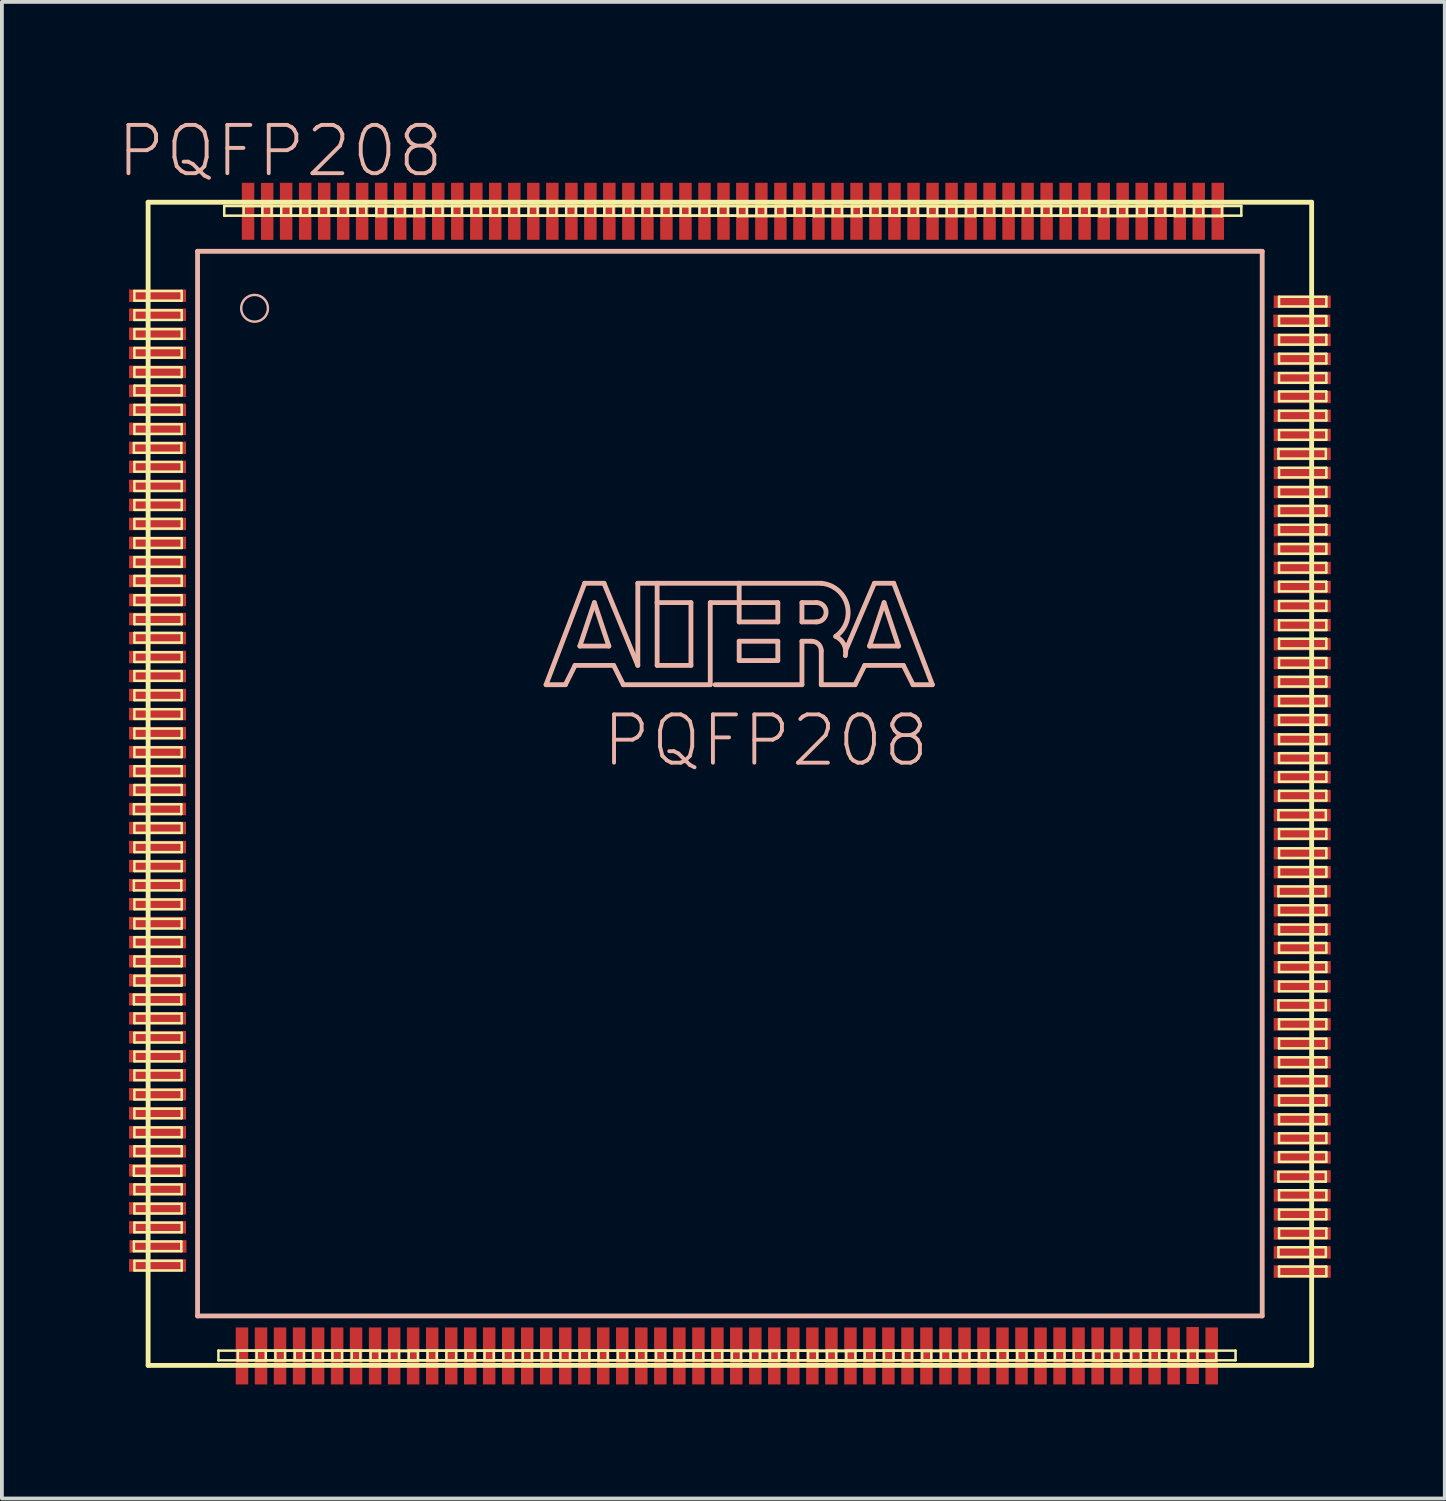
<source format=kicad_pcb>
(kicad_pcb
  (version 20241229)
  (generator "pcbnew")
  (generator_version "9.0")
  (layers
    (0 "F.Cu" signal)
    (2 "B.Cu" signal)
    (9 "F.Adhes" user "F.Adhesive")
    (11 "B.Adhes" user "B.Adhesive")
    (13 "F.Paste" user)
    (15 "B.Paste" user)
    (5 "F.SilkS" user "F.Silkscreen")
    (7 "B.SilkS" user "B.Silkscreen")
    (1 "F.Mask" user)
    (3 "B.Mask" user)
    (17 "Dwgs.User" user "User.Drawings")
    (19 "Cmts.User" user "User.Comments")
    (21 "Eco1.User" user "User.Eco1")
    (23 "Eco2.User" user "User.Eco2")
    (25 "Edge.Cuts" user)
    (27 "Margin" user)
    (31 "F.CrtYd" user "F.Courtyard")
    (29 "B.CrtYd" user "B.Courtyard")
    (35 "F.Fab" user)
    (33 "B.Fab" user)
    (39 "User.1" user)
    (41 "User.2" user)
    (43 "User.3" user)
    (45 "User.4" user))
  (footprint "PQFP208"
    (layer "F.Cu")
    (at 16.143 17.556)
    (property "Reference" "PQFP208" (at -11.824 -16.634 0) (layer "B.SilkS") (effects (font (size 1.27 1.27) (thickness 0.102))))
    (attr smd)
    (fp_line (start -15.672 -8.954) (end -14.425 -8.954) (stroke (width 0.066) (type solid)) (layer "F.SilkS"))
    (fp_line (start -15.672 -8.7) (end -15.672 -8.954) (stroke (width 0.066) (type solid)) (layer "F.SilkS"))
    (fp_line (start -15.672 -8.7) (end -14.425 -8.7) (stroke (width 0.066) (type solid)) (layer "F.SilkS"))
    (fp_line (start -15.672 0.544) (end -14.425 0.544) (stroke (width 0.066) (type solid)) (layer "F.SilkS"))
    (fp_line (start -15.672 0.8) (end -15.672 0.544) (stroke (width 0.066) (type solid)) (layer "F.SilkS"))
    (fp_line (start -15.672 0.8) (end -14.425 0.8) (stroke (width 0.066) (type solid)) (layer "F.SilkS"))
    (fp_line (start -15.672 2.553) (end -14.425 2.553) (stroke (width 0.066) (type solid)) (layer "F.SilkS"))
    (fp_line (start -15.672 2.807) (end -15.672 2.553) (stroke (width 0.066) (type solid)) (layer "F.SilkS"))
    (fp_line (start -15.672 2.807) (end -14.425 2.807) (stroke (width 0.066) (type solid)) (layer "F.SilkS"))
    (fp_line (start -15.672 5.55) (end -14.425 5.55) (stroke (width 0.066) (type solid)) (layer "F.SilkS"))
    (fp_line (start -15.672 5.804) (end -15.672 5.55) (stroke (width 0.066) (type solid)) (layer "F.SilkS"))
    (fp_line (start -15.672 5.804) (end -14.425 5.804) (stroke (width 0.066) (type solid)) (layer "F.SilkS"))
    (fp_line (start -15.672 10.058) (end -14.425 10.058) (stroke (width 0.066) (type solid)) (layer "F.SilkS"))
    (fp_line (start -15.672 10.312) (end -15.672 10.058) (stroke (width 0.066) (type solid)) (layer "F.SilkS"))
    (fp_line (start -15.672 10.312) (end -14.425 10.312) (stroke (width 0.066) (type solid)) (layer "F.SilkS"))
    (fp_line (start -15.672 12.04) (end -14.425 12.04) (stroke (width 0.066) (type solid)) (layer "F.SilkS"))
    (fp_line (start -15.672 12.294) (end -15.672 12.04) (stroke (width 0.066) (type solid)) (layer "F.SilkS"))
    (fp_line (start -15.672 12.294) (end -14.425 12.294) (stroke (width 0.066) (type solid)) (layer "F.SilkS"))
    (fp_line (start -15.659 -12.954) (end -14.415 -12.954) (stroke (width 0.066) (type solid)) (layer "F.SilkS"))
    (fp_line (start -15.659 -12.7) (end -15.659 -12.954) (stroke (width 0.066) (type solid)) (layer "F.SilkS"))
    (fp_line (start -15.659 -12.7) (end -14.415 -12.7) (stroke (width 0.066) (type solid)) (layer "F.SilkS"))
    (fp_line (start -15.659 -12.446) (end -14.415 -12.446) (stroke (width 0.066) (type solid)) (layer "F.SilkS"))
    (fp_line (start -15.659 -12.192) (end -15.659 -12.446) (stroke (width 0.066) (type solid)) (layer "F.SilkS"))
    (fp_line (start -15.659 -12.192) (end -14.415 -12.192) (stroke (width 0.066) (type solid)) (layer "F.SilkS"))
    (fp_line (start -15.659 -11.951) (end -14.415 -11.951) (stroke (width 0.066) (type solid)) (layer "F.SilkS"))
    (fp_line (start -15.659 -11.697) (end -15.659 -11.951) (stroke (width 0.066) (type solid)) (layer "F.SilkS"))
    (fp_line (start -15.659 -11.697) (end -14.415 -11.697) (stroke (width 0.066) (type solid)) (layer "F.SilkS"))
    (fp_line (start -15.659 -11.455) (end -14.415 -11.455) (stroke (width 0.066) (type solid)) (layer "F.SilkS"))
    (fp_line (start -15.659 -11.201) (end -15.659 -11.455) (stroke (width 0.066) (type solid)) (layer "F.SilkS"))
    (fp_line (start -15.659 -11.201) (end -14.415 -11.201) (stroke (width 0.066) (type solid)) (layer "F.SilkS"))
    (fp_line (start -15.659 -10.947) (end -14.415 -10.947) (stroke (width 0.066) (type solid)) (layer "F.SilkS"))
    (fp_line (start -15.659 -10.693) (end -15.659 -10.947) (stroke (width 0.066) (type solid)) (layer "F.SilkS"))
    (fp_line (start -15.659 -10.693) (end -14.415 -10.693) (stroke (width 0.066) (type solid)) (layer "F.SilkS"))
    (fp_line (start -15.659 -10.465) (end -14.415 -10.465) (stroke (width 0.066) (type solid)) (layer "F.SilkS"))
    (fp_line (start -15.659 -10.211) (end -15.659 -10.465) (stroke (width 0.066) (type solid)) (layer "F.SilkS"))
    (fp_line (start -15.659 -10.211) (end -14.415 -10.211) (stroke (width 0.066) (type solid)) (layer "F.SilkS"))
    (fp_line (start -15.659 -9.957) (end -14.415 -9.957) (stroke (width 0.066) (type solid)) (layer "F.SilkS"))
    (fp_line (start -15.659 -9.703) (end -15.659 -9.957) (stroke (width 0.066) (type solid)) (layer "F.SilkS"))
    (fp_line (start -15.659 -9.703) (end -14.415 -9.703) (stroke (width 0.066) (type solid)) (layer "F.SilkS"))
    (fp_line (start -15.659 -9.449) (end -14.415 -9.449) (stroke (width 0.066) (type solid)) (layer "F.SilkS"))
    (fp_line (start -15.659 -9.195) (end -15.659 -9.449) (stroke (width 0.066) (type solid)) (layer "F.SilkS"))
    (fp_line (start -15.659 -9.195) (end -14.415 -9.195) (stroke (width 0.066) (type solid)) (layer "F.SilkS"))
    (fp_line (start -15.659 -8.458) (end -14.415 -8.458) (stroke (width 0.066) (type solid)) (layer "F.SilkS"))
    (fp_line (start -15.659 -8.204) (end -15.659 -8.458) (stroke (width 0.066) (type solid)) (layer "F.SilkS"))
    (fp_line (start -15.659 -8.204) (end -14.415 -8.204) (stroke (width 0.066) (type solid)) (layer "F.SilkS"))
    (fp_line (start -15.659 -7.95) (end -14.415 -7.95) (stroke (width 0.066) (type solid)) (layer "F.SilkS"))
    (fp_line (start -15.659 -7.696) (end -15.659 -7.95) (stroke (width 0.066) (type solid)) (layer "F.SilkS"))
    (fp_line (start -15.659 -7.696) (end -14.415 -7.696) (stroke (width 0.066) (type solid)) (layer "F.SilkS"))
    (fp_line (start -15.659 -7.455) (end -14.415 -7.455) (stroke (width 0.066) (type solid)) (layer "F.SilkS"))
    (fp_line (start -15.659 -7.198) (end -15.659 -7.455) (stroke (width 0.066) (type solid)) (layer "F.SilkS"))
    (fp_line (start -15.659 -7.198) (end -14.415 -7.198) (stroke (width 0.066) (type solid)) (layer "F.SilkS"))
    (fp_line (start -15.659 -6.96) (end -14.415 -6.96) (stroke (width 0.066) (type solid)) (layer "F.SilkS"))
    (fp_line (start -15.659 -6.706) (end -15.659 -6.96) (stroke (width 0.066) (type solid)) (layer "F.SilkS"))
    (fp_line (start -15.659 -6.706) (end -14.415 -6.706) (stroke (width 0.066) (type solid)) (layer "F.SilkS"))
    (fp_line (start -15.659 -6.452) (end -14.415 -6.452) (stroke (width 0.066) (type solid)) (layer "F.SilkS"))
    (fp_line (start -15.659 -6.198) (end -15.659 -6.452) (stroke (width 0.066) (type solid)) (layer "F.SilkS"))
    (fp_line (start -15.659 -6.198) (end -14.415 -6.198) (stroke (width 0.066) (type solid)) (layer "F.SilkS"))
    (fp_line (start -15.659 -5.956) (end -14.415 -5.956) (stroke (width 0.066) (type solid)) (layer "F.SilkS"))
    (fp_line (start -15.659 -5.702) (end -15.659 -5.956) (stroke (width 0.066) (type solid)) (layer "F.SilkS"))
    (fp_line (start -15.659 -5.702) (end -14.415 -5.702) (stroke (width 0.066) (type solid)) (layer "F.SilkS"))
    (fp_line (start -15.659 -5.461) (end -14.415 -5.461) (stroke (width 0.066) (type solid)) (layer "F.SilkS"))
    (fp_line (start -15.659 -5.207) (end -15.659 -5.461) (stroke (width 0.066) (type solid)) (layer "F.SilkS"))
    (fp_line (start -15.659 -5.207) (end -14.415 -5.207) (stroke (width 0.066) (type solid)) (layer "F.SilkS"))
    (fp_line (start -15.659 -4.953) (end -14.415 -4.953) (stroke (width 0.066) (type solid)) (layer "F.SilkS"))
    (fp_line (start -15.659 -4.699) (end -15.659 -4.953) (stroke (width 0.066) (type solid)) (layer "F.SilkS"))
    (fp_line (start -15.659 -4.699) (end -14.415 -4.699) (stroke (width 0.066) (type solid)) (layer "F.SilkS"))
    (fp_line (start -15.659 -4.445) (end -14.415 -4.445) (stroke (width 0.066) (type solid)) (layer "F.SilkS"))
    (fp_line (start -15.659 -4.191) (end -15.659 -4.445) (stroke (width 0.066) (type solid)) (layer "F.SilkS"))
    (fp_line (start -15.659 -4.191) (end -14.415 -4.191) (stroke (width 0.066) (type solid)) (layer "F.SilkS"))
    (fp_line (start -15.659 -3.962) (end -14.415 -3.962) (stroke (width 0.066) (type solid)) (layer "F.SilkS"))
    (fp_line (start -15.659 -3.708) (end -15.659 -3.962) (stroke (width 0.066) (type solid)) (layer "F.SilkS"))
    (fp_line (start -15.659 -3.708) (end -14.415 -3.708) (stroke (width 0.066) (type solid)) (layer "F.SilkS"))
    (fp_line (start -15.659 -3.454) (end -14.415 -3.454) (stroke (width 0.066) (type solid)) (layer "F.SilkS"))
    (fp_line (start -15.659 -3.2) (end -15.659 -3.454) (stroke (width 0.066) (type solid)) (layer "F.SilkS"))
    (fp_line (start -15.659 -3.2) (end -14.415 -3.2) (stroke (width 0.066) (type solid)) (layer "F.SilkS"))
    (fp_line (start -15.659 -2.959) (end -14.415 -2.959) (stroke (width 0.066) (type solid)) (layer "F.SilkS"))
    (fp_line (start -15.659 -2.705) (end -15.659 -2.959) (stroke (width 0.066) (type solid)) (layer "F.SilkS"))
    (fp_line (start -15.659 -2.705) (end -14.415 -2.705) (stroke (width 0.066) (type solid)) (layer "F.SilkS"))
    (fp_line (start -15.659 -2.451) (end -14.415 -2.451) (stroke (width 0.066) (type solid)) (layer "F.SilkS"))
    (fp_line (start -15.659 -2.195) (end -15.659 -2.451) (stroke (width 0.066) (type solid)) (layer "F.SilkS"))
    (fp_line (start -15.659 -2.195) (end -14.415 -2.195) (stroke (width 0.066) (type solid)) (layer "F.SilkS"))
    (fp_line (start -15.659 -1.956) (end -14.415 -1.956) (stroke (width 0.066) (type solid)) (layer "F.SilkS"))
    (fp_line (start -15.659 -1.702) (end -15.659 -1.956) (stroke (width 0.066) (type solid)) (layer "F.SilkS"))
    (fp_line (start -15.659 -1.702) (end -14.415 -1.702) (stroke (width 0.066) (type solid)) (layer "F.SilkS"))
    (fp_line (start -15.659 -1.448) (end -14.415 -1.448) (stroke (width 0.066) (type solid)) (layer "F.SilkS"))
    (fp_line (start -15.659 -1.194) (end -15.659 -1.448) (stroke (width 0.066) (type solid)) (layer "F.SilkS"))
    (fp_line (start -15.659 -1.194) (end -14.415 -1.194) (stroke (width 0.066) (type solid)) (layer "F.SilkS"))
    (fp_line (start -15.659 -0.953) (end -14.415 -0.953) (stroke (width 0.066) (type solid)) (layer "F.SilkS"))
    (fp_line (start -15.659 -0.699) (end -15.659 -0.953) (stroke (width 0.066) (type solid)) (layer "F.SilkS"))
    (fp_line (start -15.659 -0.699) (end -14.415 -0.699) (stroke (width 0.066) (type solid)) (layer "F.SilkS"))
    (fp_line (start -15.659 -0.457) (end -14.415 -0.457) (stroke (width 0.066) (type solid)) (layer "F.SilkS"))
    (fp_line (start -15.659 -0.203) (end -15.659 -0.457) (stroke (width 0.066) (type solid)) (layer "F.SilkS"))
    (fp_line (start -15.659 -0.203) (end -14.415 -0.203) (stroke (width 0.066) (type solid)) (layer "F.SilkS"))
    (fp_line (start -15.659 0.038) (end -14.415 0.038) (stroke (width 0.066) (type solid)) (layer "F.SilkS"))
    (fp_line (start -15.659 0.292) (end -15.659 0.038) (stroke (width 0.066) (type solid)) (layer "F.SilkS"))
    (fp_line (start -15.659 0.292) (end -14.415 0.292) (stroke (width 0.066) (type solid)) (layer "F.SilkS"))
    (fp_line (start -15.659 1.041) (end -14.415 1.041) (stroke (width 0.066) (type solid)) (layer "F.SilkS"))
    (fp_line (start -15.659 1.293) (end -15.659 1.041) (stroke (width 0.066) (type solid)) (layer "F.SilkS"))
    (fp_line (start -15.659 1.293) (end -14.415 1.293) (stroke (width 0.066) (type solid)) (layer "F.SilkS"))
    (fp_line (start -15.659 1.549) (end -14.415 1.549) (stroke (width 0.066) (type solid)) (layer "F.SilkS"))
    (fp_line (start -15.659 1.801) (end -15.659 1.549) (stroke (width 0.066) (type solid)) (layer "F.SilkS"))
    (fp_line (start -15.659 1.801) (end -14.415 1.801) (stroke (width 0.066) (type solid)) (layer "F.SilkS"))
    (fp_line (start -15.659 2.045) (end -14.415 2.045) (stroke (width 0.066) (type solid)) (layer "F.SilkS"))
    (fp_line (start -15.659 2.299) (end -15.659 2.045) (stroke (width 0.066) (type solid)) (layer "F.SilkS"))
    (fp_line (start -15.659 2.299) (end -14.415 2.299) (stroke (width 0.066) (type solid)) (layer "F.SilkS"))
    (fp_line (start -15.659 3.048) (end -14.415 3.048) (stroke (width 0.066) (type solid)) (layer "F.SilkS"))
    (fp_line (start -15.659 3.302) (end -15.659 3.048) (stroke (width 0.066) (type solid)) (layer "F.SilkS"))
    (fp_line (start -15.659 3.302) (end -14.415 3.302) (stroke (width 0.066) (type solid)) (layer "F.SilkS"))
    (fp_line (start -15.659 3.556) (end -14.415 3.556) (stroke (width 0.066) (type solid)) (layer "F.SilkS"))
    (fp_line (start -15.659 3.81) (end -15.659 3.556) (stroke (width 0.066) (type solid)) (layer "F.SilkS"))
    (fp_line (start -15.659 3.81) (end -14.415 3.81) (stroke (width 0.066) (type solid)) (layer "F.SilkS"))
    (fp_line (start -15.659 4.039) (end -14.415 4.039) (stroke (width 0.066) (type solid)) (layer "F.SilkS"))
    (fp_line (start -15.659 4.293) (end -15.659 4.039) (stroke (width 0.066) (type solid)) (layer "F.SilkS"))
    (fp_line (start -15.659 4.293) (end -14.415 4.293) (stroke (width 0.066) (type solid)) (layer "F.SilkS"))
    (fp_line (start -15.659 4.547) (end -14.415 4.547) (stroke (width 0.066) (type solid)) (layer "F.SilkS"))
    (fp_line (start -15.659 4.801) (end -15.659 4.547) (stroke (width 0.066) (type solid)) (layer "F.SilkS"))
    (fp_line (start -15.659 4.801) (end -14.415 4.801) (stroke (width 0.066) (type solid)) (layer "F.SilkS"))
    (fp_line (start -15.659 5.055) (end -14.415 5.055) (stroke (width 0.066) (type solid)) (layer "F.SilkS"))
    (fp_line (start -15.659 5.309) (end -15.659 5.055) (stroke (width 0.066) (type solid)) (layer "F.SilkS"))
    (fp_line (start -15.659 5.309) (end -14.415 5.309) (stroke (width 0.066) (type solid)) (layer "F.SilkS"))
    (fp_line (start -15.659 6.045) (end -14.415 6.045) (stroke (width 0.066) (type solid)) (layer "F.SilkS"))
    (fp_line (start -15.659 6.299) (end -15.659 6.045) (stroke (width 0.066) (type solid)) (layer "F.SilkS"))
    (fp_line (start -15.659 6.299) (end -14.415 6.299) (stroke (width 0.066) (type solid)) (layer "F.SilkS"))
    (fp_line (start -15.659 6.553) (end -14.415 6.553) (stroke (width 0.066) (type solid)) (layer "F.SilkS"))
    (fp_line (start -15.659 6.807) (end -15.659 6.553) (stroke (width 0.066) (type solid)) (layer "F.SilkS"))
    (fp_line (start -15.659 6.807) (end -14.415 6.807) (stroke (width 0.066) (type solid)) (layer "F.SilkS"))
    (fp_line (start -15.659 7.048) (end -14.415 7.048) (stroke (width 0.066) (type solid)) (layer "F.SilkS"))
    (fp_line (start -15.659 7.303) (end -15.659 7.048) (stroke (width 0.066) (type solid)) (layer "F.SilkS"))
    (fp_line (start -15.659 7.303) (end -14.415 7.303) (stroke (width 0.066) (type solid)) (layer "F.SilkS"))
    (fp_line (start -15.659 7.544) (end -14.415 7.544) (stroke (width 0.066) (type solid)) (layer "F.SilkS"))
    (fp_line (start -15.659 7.798) (end -15.659 7.544) (stroke (width 0.066) (type solid)) (layer "F.SilkS"))
    (fp_line (start -15.659 7.798) (end -14.415 7.798) (stroke (width 0.066) (type solid)) (layer "F.SilkS"))
    (fp_line (start -15.659 8.052) (end -14.415 8.052) (stroke (width 0.066) (type solid)) (layer "F.SilkS"))
    (fp_line (start -15.659 8.306) (end -15.659 8.052) (stroke (width 0.066) (type solid)) (layer "F.SilkS"))
    (fp_line (start -15.659 8.306) (end -14.415 8.306) (stroke (width 0.066) (type solid)) (layer "F.SilkS"))
    (fp_line (start -15.659 8.547) (end -14.415 8.547) (stroke (width 0.066) (type solid)) (layer "F.SilkS"))
    (fp_line (start -15.659 8.799) (end -15.659 8.547) (stroke (width 0.066) (type solid)) (layer "F.SilkS"))
    (fp_line (start -15.659 8.799) (end -14.415 8.799) (stroke (width 0.066) (type solid)) (layer "F.SilkS"))
    (fp_line (start -15.659 9.042) (end -14.415 9.042) (stroke (width 0.066) (type solid)) (layer "F.SilkS"))
    (fp_line (start -15.659 9.296) (end -15.659 9.042) (stroke (width 0.066) (type solid)) (layer "F.SilkS"))
    (fp_line (start -15.659 9.296) (end -14.415 9.296) (stroke (width 0.066) (type solid)) (layer "F.SilkS"))
    (fp_line (start -15.659 9.538) (end -14.415 9.538) (stroke (width 0.066) (type solid)) (layer "F.SilkS"))
    (fp_line (start -15.659 9.792) (end -15.659 9.538) (stroke (width 0.066) (type solid)) (layer "F.SilkS"))
    (fp_line (start -15.659 9.792) (end -14.415 9.792) (stroke (width 0.066) (type solid)) (layer "F.SilkS"))
    (fp_line (start -15.659 10.541) (end -14.415 10.541) (stroke (width 0.066) (type solid)) (layer "F.SilkS"))
    (fp_line (start -15.659 10.795) (end -15.659 10.541) (stroke (width 0.066) (type solid)) (layer "F.SilkS"))
    (fp_line (start -15.659 10.795) (end -14.415 10.795) (stroke (width 0.066) (type solid)) (layer "F.SilkS"))
    (fp_line (start -15.659 11.049) (end -14.415 11.049) (stroke (width 0.066) (type solid)) (layer "F.SilkS"))
    (fp_line (start -15.659 11.303) (end -15.659 11.049) (stroke (width 0.066) (type solid)) (layer "F.SilkS"))
    (fp_line (start -15.659 11.303) (end -14.415 11.303) (stroke (width 0.066) (type solid)) (layer "F.SilkS"))
    (fp_line (start -15.659 11.544) (end -14.415 11.544) (stroke (width 0.066) (type solid)) (layer "F.SilkS"))
    (fp_line (start -15.659 11.798) (end -15.659 11.544) (stroke (width 0.066) (type solid)) (layer "F.SilkS"))
    (fp_line (start -15.659 11.798) (end -14.415 11.798) (stroke (width 0.066) (type solid)) (layer "F.SilkS"))
    (fp_line (start -15.659 12.548) (end -14.415 12.548) (stroke (width 0.066) (type solid)) (layer "F.SilkS"))
    (fp_line (start -15.659 12.802) (end -15.659 12.548) (stroke (width 0.066) (type solid)) (layer "F.SilkS"))
    (fp_line (start -15.659 12.802) (end -14.415 12.802) (stroke (width 0.066) (type solid)) (layer "F.SilkS"))
    (fp_line (start -15.298 -15.288) (end -15.298 15.298) (stroke (width 0.127) (type solid)) (layer "F.SilkS"))
    (fp_line (start -15.298 15.298) (end 15.298 15.298) (stroke (width 0.127) (type solid)) (layer "F.SilkS"))
    (fp_line (start -14.425 -8.7) (end -14.425 -8.954) (stroke (width 0.066) (type solid)) (layer "F.SilkS"))
    (fp_line (start -14.425 0.8) (end -14.425 0.544) (stroke (width 0.066) (type solid)) (layer "F.SilkS"))
    (fp_line (start -14.425 2.807) (end -14.425 2.553) (stroke (width 0.066) (type solid)) (layer "F.SilkS"))
    (fp_line (start -14.425 5.804) (end -14.425 5.55) (stroke (width 0.066) (type solid)) (layer "F.SilkS"))
    (fp_line (start -14.425 10.312) (end -14.425 10.058) (stroke (width 0.066) (type solid)) (layer "F.SilkS"))
    (fp_line (start -14.425 12.294) (end -14.425 12.04) (stroke (width 0.066) (type solid)) (layer "F.SilkS"))
    (fp_line (start -14.415 -12.7) (end -14.415 -12.954) (stroke (width 0.066) (type solid)) (layer "F.SilkS"))
    (fp_line (start -14.415 -12.192) (end -14.415 -12.446) (stroke (width 0.066) (type solid)) (layer "F.SilkS"))
    (fp_line (start -14.415 -11.697) (end -14.415 -11.951) (stroke (width 0.066) (type solid)) (layer "F.SilkS"))
    (fp_line (start -14.415 -11.201) (end -14.415 -11.455) (stroke (width 0.066) (type solid)) (layer "F.SilkS"))
    (fp_line (start -14.415 -10.693) (end -14.415 -10.947) (stroke (width 0.066) (type solid)) (layer "F.SilkS"))
    (fp_line (start -14.415 -10.211) (end -14.415 -10.465) (stroke (width 0.066) (type solid)) (layer "F.SilkS"))
    (fp_line (start -14.415 -9.703) (end -14.415 -9.957) (stroke (width 0.066) (type solid)) (layer "F.SilkS"))
    (fp_line (start -14.415 -9.195) (end -14.415 -9.449) (stroke (width 0.066) (type solid)) (layer "F.SilkS"))
    (fp_line (start -14.415 -8.204) (end -14.415 -8.458) (stroke (width 0.066) (type solid)) (layer "F.SilkS"))
    (fp_line (start -14.415 -7.696) (end -14.415 -7.95) (stroke (width 0.066) (type solid)) (layer "F.SilkS"))
    (fp_line (start -14.415 -7.198) (end -14.415 -7.455) (stroke (width 0.066) (type solid)) (layer "F.SilkS"))
    (fp_line (start -14.415 -6.706) (end -14.415 -6.96) (stroke (width 0.066) (type solid)) (layer "F.SilkS"))
    (fp_line (start -14.415 -6.198) (end -14.415 -6.452) (stroke (width 0.066) (type solid)) (layer "F.SilkS"))
    (fp_line (start -14.415 -5.702) (end -14.415 -5.956) (stroke (width 0.066) (type solid)) (layer "F.SilkS"))
    (fp_line (start -14.415 -5.207) (end -14.415 -5.461) (stroke (width 0.066) (type solid)) (layer "F.SilkS"))
    (fp_line (start -14.415 -4.699) (end -14.415 -4.953) (stroke (width 0.066) (type solid)) (layer "F.SilkS"))
    (fp_line (start -14.415 -4.191) (end -14.415 -4.445) (stroke (width 0.066) (type solid)) (layer "F.SilkS"))
    (fp_line (start -14.415 -3.708) (end -14.415 -3.962) (stroke (width 0.066) (type solid)) (layer "F.SilkS"))
    (fp_line (start -14.415 -3.2) (end -14.415 -3.454) (stroke (width 0.066) (type solid)) (layer "F.SilkS"))
    (fp_line (start -14.415 -2.705) (end -14.415 -2.959) (stroke (width 0.066) (type solid)) (layer "F.SilkS"))
    (fp_line (start -14.415 -2.195) (end -14.415 -2.451) (stroke (width 0.066) (type solid)) (layer "F.SilkS"))
    (fp_line (start -14.415 -1.702) (end -14.415 -1.956) (stroke (width 0.066) (type solid)) (layer "F.SilkS"))
    (fp_line (start -14.415 -1.194) (end -14.415 -1.448) (stroke (width 0.066) (type solid)) (layer "F.SilkS"))
    (fp_line (start -14.415 -0.699) (end -14.415 -0.953) (stroke (width 0.066) (type solid)) (layer "F.SilkS"))
    (fp_line (start -14.415 -0.203) (end -14.415 -0.457) (stroke (width 0.066) (type solid)) (layer "F.SilkS"))
    (fp_line (start -14.415 0.292) (end -14.415 0.038) (stroke (width 0.066) (type solid)) (layer "F.SilkS"))
    (fp_line (start -14.415 1.293) (end -14.415 1.041) (stroke (width 0.066) (type solid)) (layer "F.SilkS"))
    (fp_line (start -14.415 1.801) (end -14.415 1.549) (stroke (width 0.066) (type solid)) (layer "F.SilkS"))
    (fp_line (start -14.415 2.299) (end -14.415 2.045) (stroke (width 0.066) (type solid)) (layer "F.SilkS"))
    (fp_line (start -14.415 3.302) (end -14.415 3.048) (stroke (width 0.066) (type solid)) (layer "F.SilkS"))
    (fp_line (start -14.415 3.81) (end -14.415 3.556) (stroke (width 0.066) (type solid)) (layer "F.SilkS"))
    (fp_line (start -14.415 4.293) (end -14.415 4.039) (stroke (width 0.066) (type solid)) (layer "F.SilkS"))
    (fp_line (start -14.415 4.801) (end -14.415 4.547) (stroke (width 0.066) (type solid)) (layer "F.SilkS"))
    (fp_line (start -14.415 5.309) (end -14.415 5.055) (stroke (width 0.066) (type solid)) (layer "F.SilkS"))
    (fp_line (start -14.415 6.299) (end -14.415 6.045) (stroke (width 0.066) (type solid)) (layer "F.SilkS"))
    (fp_line (start -14.415 6.807) (end -14.415 6.553) (stroke (width 0.066) (type solid)) (layer "F.SilkS"))
    (fp_line (start -14.415 7.303) (end -14.415 7.048) (stroke (width 0.066) (type solid)) (layer "F.SilkS"))
    (fp_line (start -14.415 7.798) (end -14.415 7.544) (stroke (width 0.066) (type solid)) (layer "F.SilkS"))
    (fp_line (start -14.415 8.306) (end -14.415 8.052) (stroke (width 0.066) (type solid)) (layer "F.SilkS"))
    (fp_line (start -14.415 8.799) (end -14.415 8.547) (stroke (width 0.066) (type solid)) (layer "F.SilkS"))
    (fp_line (start -14.415 9.296) (end -14.415 9.042) (stroke (width 0.066) (type solid)) (layer "F.SilkS"))
    (fp_line (start -14.415 9.792) (end -14.415 9.538) (stroke (width 0.066) (type solid)) (layer "F.SilkS"))
    (fp_line (start -14.415 10.795) (end -14.415 10.541) (stroke (width 0.066) (type solid)) (layer "F.SilkS"))
    (fp_line (start -14.415 11.303) (end -14.415 11.049) (stroke (width 0.066) (type solid)) (layer "F.SilkS"))
    (fp_line (start -14.415 11.798) (end -14.415 11.544) (stroke (width 0.066) (type solid)) (layer "F.SilkS"))
    (fp_line (start -14.415 12.802) (end -14.415 12.548) (stroke (width 0.066) (type solid)) (layer "F.SilkS"))
    (fp_line (start -13.449 14.91) (end -12.205 14.91) (stroke (width 0.066) (type solid)) (layer "F.SilkS"))
    (fp_line (start -13.449 15.164) (end -13.449 14.91) (stroke (width 0.066) (type solid)) (layer "F.SilkS"))
    (fp_line (start -13.449 15.164) (end -12.205 15.164) (stroke (width 0.066) (type solid)) (layer "F.SilkS"))
    (fp_line (start -13.297 -15.189) (end -12.052 -15.189) (stroke (width 0.066) (type solid)) (layer "F.SilkS"))
    (fp_line (start -13.297 -14.935) (end -13.297 -15.189) (stroke (width 0.066) (type solid)) (layer "F.SilkS"))
    (fp_line (start -13.297 -14.935) (end -12.052 -14.935) (stroke (width 0.066) (type solid)) (layer "F.SilkS"))
    (fp_line (start -12.939 14.91) (end -11.697 14.91) (stroke (width 0.066) (type solid)) (layer "F.SilkS"))
    (fp_line (start -12.939 15.164) (end -12.939 14.91) (stroke (width 0.066) (type solid)) (layer "F.SilkS"))
    (fp_line (start -12.939 15.164) (end -11.697 15.164) (stroke (width 0.066) (type solid)) (layer "F.SilkS"))
    (fp_line (start -12.786 -15.189) (end -11.544 -15.189) (stroke (width 0.066) (type solid)) (layer "F.SilkS"))
    (fp_line (start -12.786 -14.935) (end -12.786 -15.189) (stroke (width 0.066) (type solid)) (layer "F.SilkS"))
    (fp_line (start -12.786 -14.935) (end -11.544 -14.935) (stroke (width 0.066) (type solid)) (layer "F.SilkS"))
    (fp_line (start -12.446 14.91) (end -11.201 14.91) (stroke (width 0.066) (type solid)) (layer "F.SilkS"))
    (fp_line (start -12.446 15.164) (end -12.446 14.91) (stroke (width 0.066) (type solid)) (layer "F.SilkS"))
    (fp_line (start -12.446 15.164) (end -11.201 15.164) (stroke (width 0.066) (type solid)) (layer "F.SilkS"))
    (fp_line (start -12.294 -15.189) (end -11.049 -15.189) (stroke (width 0.066) (type solid)) (layer "F.SilkS"))
    (fp_line (start -12.294 -14.935) (end -12.294 -15.189) (stroke (width 0.066) (type solid)) (layer "F.SilkS"))
    (fp_line (start -12.294 -14.935) (end -11.049 -14.935) (stroke (width 0.066) (type solid)) (layer "F.SilkS"))
    (fp_line (start -12.205 15.164) (end -12.205 14.91) (stroke (width 0.066) (type solid)) (layer "F.SilkS"))
    (fp_line (start -12.052 -14.935) (end -12.052 -15.189) (stroke (width 0.066) (type solid)) (layer "F.SilkS"))
    (fp_line (start -11.951 14.91) (end -10.706 14.91) (stroke (width 0.066) (type solid)) (layer "F.SilkS"))
    (fp_line (start -11.951 15.164) (end -11.951 14.91) (stroke (width 0.066) (type solid)) (layer "F.SilkS"))
    (fp_line (start -11.951 15.164) (end -10.706 15.164) (stroke (width 0.066) (type solid)) (layer "F.SilkS"))
    (fp_line (start -11.798 -15.189) (end -10.554 -15.189) (stroke (width 0.066) (type solid)) (layer "F.SilkS"))
    (fp_line (start -11.798 -14.935) (end -11.798 -15.189) (stroke (width 0.066) (type solid)) (layer "F.SilkS"))
    (fp_line (start -11.798 -14.935) (end -10.554 -14.935) (stroke (width 0.066) (type solid)) (layer "F.SilkS"))
    (fp_line (start -11.697 15.164) (end -11.697 14.91) (stroke (width 0.066) (type solid)) (layer "F.SilkS"))
    (fp_line (start -11.544 -14.935) (end -11.544 -15.189) (stroke (width 0.066) (type solid)) (layer "F.SilkS"))
    (fp_line (start -11.443 14.91) (end -10.198 14.91) (stroke (width 0.066) (type solid)) (layer "F.SilkS"))
    (fp_line (start -11.443 15.164) (end -11.443 14.91) (stroke (width 0.066) (type solid)) (layer "F.SilkS"))
    (fp_line (start -11.443 15.164) (end -10.198 15.164) (stroke (width 0.066) (type solid)) (layer "F.SilkS"))
    (fp_line (start -11.29 -15.189) (end -10.046 -15.189) (stroke (width 0.066) (type solid)) (layer "F.SilkS"))
    (fp_line (start -11.29 -14.935) (end -11.29 -15.189) (stroke (width 0.066) (type solid)) (layer "F.SilkS"))
    (fp_line (start -11.29 -14.935) (end -10.046 -14.935) (stroke (width 0.066) (type solid)) (layer "F.SilkS"))
    (fp_line (start -11.201 15.164) (end -11.201 14.91) (stroke (width 0.066) (type solid)) (layer "F.SilkS"))
    (fp_line (start -11.049 -14.935) (end -11.049 -15.189) (stroke (width 0.066) (type solid)) (layer "F.SilkS"))
    (fp_line (start -10.96 14.91) (end -9.716 14.91) (stroke (width 0.066) (type solid)) (layer "F.SilkS"))
    (fp_line (start -10.96 15.164) (end -10.96 14.91) (stroke (width 0.066) (type solid)) (layer "F.SilkS"))
    (fp_line (start -10.96 15.164) (end -9.716 15.164) (stroke (width 0.066) (type solid)) (layer "F.SilkS"))
    (fp_line (start -10.808 -15.189) (end -9.563 -15.189) (stroke (width 0.066) (type solid)) (layer "F.SilkS"))
    (fp_line (start -10.808 -14.935) (end -10.808 -15.189) (stroke (width 0.066) (type solid)) (layer "F.SilkS"))
    (fp_line (start -10.808 -14.935) (end -9.563 -14.935) (stroke (width 0.066) (type solid)) (layer "F.SilkS"))
    (fp_line (start -10.706 15.164) (end -10.706 14.91) (stroke (width 0.066) (type solid)) (layer "F.SilkS"))
    (fp_line (start -10.554 -14.935) (end -10.554 -15.189) (stroke (width 0.066) (type solid)) (layer "F.SilkS"))
    (fp_line (start -10.452 14.91) (end -9.207 14.91) (stroke (width 0.066) (type solid)) (layer "F.SilkS"))
    (fp_line (start -10.452 15.164) (end -10.452 14.91) (stroke (width 0.066) (type solid)) (layer "F.SilkS"))
    (fp_line (start -10.452 15.164) (end -9.207 15.164) (stroke (width 0.066) (type solid)) (layer "F.SilkS"))
    (fp_line (start -10.3 -15.189) (end -9.055 -15.189) (stroke (width 0.066) (type solid)) (layer "F.SilkS"))
    (fp_line (start -10.3 -14.935) (end -10.3 -15.189) (stroke (width 0.066) (type solid)) (layer "F.SilkS"))
    (fp_line (start -10.3 -14.935) (end -9.055 -14.935) (stroke (width 0.066) (type solid)) (layer "F.SilkS"))
    (fp_line (start -10.198 15.164) (end -10.198 14.91) (stroke (width 0.066) (type solid)) (layer "F.SilkS"))
    (fp_line (start -10.046 -14.935) (end -10.046 -15.189) (stroke (width 0.066) (type solid)) (layer "F.SilkS"))
    (fp_line (start -9.944 14.91) (end -8.7 14.91) (stroke (width 0.066) (type solid)) (layer "F.SilkS"))
    (fp_line (start -9.944 15.164) (end -9.944 14.91) (stroke (width 0.066) (type solid)) (layer "F.SilkS"))
    (fp_line (start -9.944 15.164) (end -8.7 15.164) (stroke (width 0.066) (type solid)) (layer "F.SilkS"))
    (fp_line (start -9.792 -15.189) (end -8.547 -15.189) (stroke (width 0.066) (type solid)) (layer "F.SilkS"))
    (fp_line (start -9.792 -14.935) (end -9.792 -15.189) (stroke (width 0.066) (type solid)) (layer "F.SilkS"))
    (fp_line (start -9.792 -14.935) (end -8.547 -14.935) (stroke (width 0.066) (type solid)) (layer "F.SilkS"))
    (fp_line (start -9.716 15.164) (end -9.716 14.91) (stroke (width 0.066) (type solid)) (layer "F.SilkS"))
    (fp_line (start -9.563 -14.935) (end -9.563 -15.189) (stroke (width 0.066) (type solid)) (layer "F.SilkS"))
    (fp_line (start -9.449 14.922) (end -8.204 14.922) (stroke (width 0.066) (type solid)) (layer "F.SilkS"))
    (fp_line (start -9.449 15.177) (end -9.449 14.922) (stroke (width 0.066) (type solid)) (layer "F.SilkS"))
    (fp_line (start -9.449 15.177) (end -8.204 15.177) (stroke (width 0.066) (type solid)) (layer "F.SilkS"))
    (fp_line (start -9.296 -15.177) (end -8.052 -15.177) (stroke (width 0.066) (type solid)) (layer "F.SilkS"))
    (fp_line (start -9.296 -14.922) (end -9.296 -15.177) (stroke (width 0.066) (type solid)) (layer "F.SilkS"))
    (fp_line (start -9.296 -14.922) (end -8.052 -14.922) (stroke (width 0.066) (type solid)) (layer "F.SilkS"))
    (fp_line (start -9.207 15.164) (end -9.207 14.91) (stroke (width 0.066) (type solid)) (layer "F.SilkS"))
    (fp_line (start -9.055 -14.935) (end -9.055 -15.189) (stroke (width 0.066) (type solid)) (layer "F.SilkS"))
    (fp_line (start -8.954 14.91) (end -7.709 14.91) (stroke (width 0.066) (type solid)) (layer "F.SilkS"))
    (fp_line (start -8.954 15.164) (end -8.954 14.91) (stroke (width 0.066) (type solid)) (layer "F.SilkS"))
    (fp_line (start -8.954 15.164) (end -7.709 15.164) (stroke (width 0.066) (type solid)) (layer "F.SilkS"))
    (fp_line (start -8.799 -15.189) (end -7.556 -15.189) (stroke (width 0.066) (type solid)) (layer "F.SilkS"))
    (fp_line (start -8.799 -14.935) (end -8.799 -15.189) (stroke (width 0.066) (type solid)) (layer "F.SilkS"))
    (fp_line (start -8.799 -14.935) (end -7.556 -14.935) (stroke (width 0.066) (type solid)) (layer "F.SilkS"))
    (fp_line (start -8.7 15.164) (end -8.7 14.91) (stroke (width 0.066) (type solid)) (layer "F.SilkS"))
    (fp_line (start -8.547 -14.935) (end -8.547 -15.189) (stroke (width 0.066) (type solid)) (layer "F.SilkS"))
    (fp_line (start -8.445 14.91) (end -7.198 14.91) (stroke (width 0.066) (type solid)) (layer "F.SilkS"))
    (fp_line (start -8.445 15.164) (end -8.445 14.91) (stroke (width 0.066) (type solid)) (layer "F.SilkS"))
    (fp_line (start -8.445 15.164) (end -7.198 15.164) (stroke (width 0.066) (type solid)) (layer "F.SilkS"))
    (fp_line (start -8.293 -15.189) (end -7.048 -15.189) (stroke (width 0.066) (type solid)) (layer "F.SilkS"))
    (fp_line (start -8.293 -14.935) (end -8.293 -15.189) (stroke (width 0.066) (type solid)) (layer "F.SilkS"))
    (fp_line (start -8.293 -14.935) (end -7.048 -14.935) (stroke (width 0.066) (type solid)) (layer "F.SilkS"))
    (fp_line (start -8.204 15.177) (end -8.204 14.922) (stroke (width 0.066) (type solid)) (layer "F.SilkS"))
    (fp_line (start -8.052 -14.922) (end -8.052 -15.177) (stroke (width 0.066) (type solid)) (layer "F.SilkS"))
    (fp_line (start -7.95 14.91) (end -6.706 14.91) (stroke (width 0.066) (type solid)) (layer "F.SilkS"))
    (fp_line (start -7.95 15.164) (end -7.95 14.91) (stroke (width 0.066) (type solid)) (layer "F.SilkS"))
    (fp_line (start -7.95 15.164) (end -6.706 15.164) (stroke (width 0.066) (type solid)) (layer "F.SilkS"))
    (fp_line (start -7.798 -15.189) (end -6.553 -15.189) (stroke (width 0.066) (type solid)) (layer "F.SilkS"))
    (fp_line (start -7.798 -14.935) (end -7.798 -15.189) (stroke (width 0.066) (type solid)) (layer "F.SilkS"))
    (fp_line (start -7.798 -14.935) (end -6.553 -14.935) (stroke (width 0.066) (type solid)) (layer "F.SilkS"))
    (fp_line (start -7.709 15.164) (end -7.709 14.91) (stroke (width 0.066) (type solid)) (layer "F.SilkS"))
    (fp_line (start -7.556 -14.935) (end -7.556 -15.189) (stroke (width 0.066) (type solid)) (layer "F.SilkS"))
    (fp_line (start -7.455 14.91) (end -6.21 14.91) (stroke (width 0.066) (type solid)) (layer "F.SilkS"))
    (fp_line (start -7.455 15.164) (end -7.455 14.91) (stroke (width 0.066) (type solid)) (layer "F.SilkS"))
    (fp_line (start -7.455 15.164) (end -6.21 15.164) (stroke (width 0.066) (type solid)) (layer "F.SilkS"))
    (fp_line (start -7.303 -15.189) (end -6.058 -15.189) (stroke (width 0.066) (type solid)) (layer "F.SilkS"))
    (fp_line (start -7.303 -14.935) (end -7.303 -15.189) (stroke (width 0.066) (type solid)) (layer "F.SilkS"))
    (fp_line (start -7.303 -14.935) (end -6.058 -14.935) (stroke (width 0.066) (type solid)) (layer "F.SilkS"))
    (fp_line (start -7.198 15.164) (end -7.198 14.91) (stroke (width 0.066) (type solid)) (layer "F.SilkS"))
    (fp_line (start -7.048 -14.935) (end -7.048 -15.189) (stroke (width 0.066) (type solid)) (layer "F.SilkS"))
    (fp_line (start -6.947 14.91) (end -5.702 14.91) (stroke (width 0.066) (type solid)) (layer "F.SilkS"))
    (fp_line (start -6.947 15.164) (end -6.947 14.91) (stroke (width 0.066) (type solid)) (layer "F.SilkS"))
    (fp_line (start -6.947 15.164) (end -5.702 15.164) (stroke (width 0.066) (type solid)) (layer "F.SilkS"))
    (fp_line (start -6.795 -15.189) (end -5.55 -15.189) (stroke (width 0.066) (type solid)) (layer "F.SilkS"))
    (fp_line (start -6.795 -14.935) (end -6.795 -15.189) (stroke (width 0.066) (type solid)) (layer "F.SilkS"))
    (fp_line (start -6.795 -14.935) (end -5.55 -14.935) (stroke (width 0.066) (type solid)) (layer "F.SilkS"))
    (fp_line (start -6.706 15.164) (end -6.706 14.91) (stroke (width 0.066) (type solid)) (layer "F.SilkS"))
    (fp_line (start -6.553 -14.935) (end -6.553 -15.189) (stroke (width 0.066) (type solid)) (layer "F.SilkS"))
    (fp_line (start -6.452 14.91) (end -5.207 14.91) (stroke (width 0.066) (type solid)) (layer "F.SilkS"))
    (fp_line (start -6.452 15.164) (end -6.452 14.91) (stroke (width 0.066) (type solid)) (layer "F.SilkS"))
    (fp_line (start -6.452 15.164) (end -5.207 15.164) (stroke (width 0.066) (type solid)) (layer "F.SilkS"))
    (fp_line (start -6.299 -15.189) (end -5.055 -15.189) (stroke (width 0.066) (type solid)) (layer "F.SilkS"))
    (fp_line (start -6.299 -14.935) (end -6.299 -15.189) (stroke (width 0.066) (type solid)) (layer "F.SilkS"))
    (fp_line (start -6.299 -14.935) (end -5.055 -14.935) (stroke (width 0.066) (type solid)) (layer "F.SilkS"))
    (fp_line (start -6.21 15.164) (end -6.21 14.91) (stroke (width 0.066) (type solid)) (layer "F.SilkS"))
    (fp_line (start -6.058 -14.935) (end -6.058 -15.189) (stroke (width 0.066) (type solid)) (layer "F.SilkS"))
    (fp_line (start -5.956 14.91) (end -4.712 14.91) (stroke (width 0.066) (type solid)) (layer "F.SilkS"))
    (fp_line (start -5.956 15.164) (end -5.956 14.91) (stroke (width 0.066) (type solid)) (layer "F.SilkS"))
    (fp_line (start -5.956 15.164) (end -4.712 15.164) (stroke (width 0.066) (type solid)) (layer "F.SilkS"))
    (fp_line (start -5.804 -15.189) (end -4.559 -15.189) (stroke (width 0.066) (type solid)) (layer "F.SilkS"))
    (fp_line (start -5.804 -14.935) (end -5.804 -15.189) (stroke (width 0.066) (type solid)) (layer "F.SilkS"))
    (fp_line (start -5.804 -14.935) (end -4.559 -14.935) (stroke (width 0.066) (type solid)) (layer "F.SilkS"))
    (fp_line (start -5.702 15.164) (end -5.702 14.91) (stroke (width 0.066) (type solid)) (layer "F.SilkS"))
    (fp_line (start -5.55 -14.935) (end -5.55 -15.189) (stroke (width 0.066) (type solid)) (layer "F.SilkS"))
    (fp_line (start -5.448 14.91) (end -4.204 14.91) (stroke (width 0.066) (type solid)) (layer "F.SilkS"))
    (fp_line (start -5.448 15.164) (end -5.448 14.91) (stroke (width 0.066) (type solid)) (layer "F.SilkS"))
    (fp_line (start -5.448 15.164) (end -4.204 15.164) (stroke (width 0.066) (type solid)) (layer "F.SilkS"))
    (fp_line (start -5.296 -15.189) (end -4.051 -15.189) (stroke (width 0.066) (type solid)) (layer "F.SilkS"))
    (fp_line (start -5.296 -14.935) (end -5.296 -15.189) (stroke (width 0.066) (type solid)) (layer "F.SilkS"))
    (fp_line (start -5.296 -14.935) (end -4.051 -14.935) (stroke (width 0.066) (type solid)) (layer "F.SilkS"))
    (fp_line (start -5.207 15.164) (end -5.207 14.91) (stroke (width 0.066) (type solid)) (layer "F.SilkS"))
    (fp_line (start -5.055 -14.935) (end -5.055 -15.189) (stroke (width 0.066) (type solid)) (layer "F.SilkS"))
    (fp_line (start -4.94 14.91) (end -3.696 14.91) (stroke (width 0.066) (type solid)) (layer "F.SilkS"))
    (fp_line (start -4.94 15.164) (end -4.94 14.91) (stroke (width 0.066) (type solid)) (layer "F.SilkS"))
    (fp_line (start -4.94 15.164) (end -3.696 15.164) (stroke (width 0.066) (type solid)) (layer "F.SilkS"))
    (fp_line (start -4.788 -15.189) (end -3.543 -15.189) (stroke (width 0.066) (type solid)) (layer "F.SilkS"))
    (fp_line (start -4.788 -14.935) (end -4.788 -15.189) (stroke (width 0.066) (type solid)) (layer "F.SilkS"))
    (fp_line (start -4.788 -14.935) (end -3.543 -14.935) (stroke (width 0.066) (type solid)) (layer "F.SilkS"))
    (fp_line (start -4.712 15.164) (end -4.712 14.91) (stroke (width 0.066) (type solid)) (layer "F.SilkS"))
    (fp_line (start -4.559 -14.935) (end -4.559 -15.189) (stroke (width 0.066) (type solid)) (layer "F.SilkS"))
    (fp_line (start -4.458 14.91) (end -3.213 14.91) (stroke (width 0.066) (type solid)) (layer "F.SilkS"))
    (fp_line (start -4.458 15.164) (end -4.458 14.91) (stroke (width 0.066) (type solid)) (layer "F.SilkS"))
    (fp_line (start -4.458 15.164) (end -3.213 15.164) (stroke (width 0.066) (type solid)) (layer "F.SilkS"))
    (fp_line (start -4.305 -15.189) (end -3.061 -15.189) (stroke (width 0.066) (type solid)) (layer "F.SilkS"))
    (fp_line (start -4.305 -14.935) (end -4.305 -15.189) (stroke (width 0.066) (type solid)) (layer "F.SilkS"))
    (fp_line (start -4.305 -14.935) (end -3.061 -14.935) (stroke (width 0.066) (type solid)) (layer "F.SilkS"))
    (fp_line (start -4.204 15.164) (end -4.204 14.91) (stroke (width 0.066) (type solid)) (layer "F.SilkS"))
    (fp_line (start -4.051 -14.935) (end -4.051 -15.189) (stroke (width 0.066) (type solid)) (layer "F.SilkS"))
    (fp_line (start -3.95 14.91) (end -2.705 14.91) (stroke (width 0.066) (type solid)) (layer "F.SilkS"))
    (fp_line (start -3.95 15.164) (end -3.95 14.91) (stroke (width 0.066) (type solid)) (layer "F.SilkS"))
    (fp_line (start -3.95 15.164) (end -2.705 15.164) (stroke (width 0.066) (type solid)) (layer "F.SilkS"))
    (fp_line (start -3.797 -15.189) (end -2.553 -15.189) (stroke (width 0.066) (type solid)) (layer "F.SilkS"))
    (fp_line (start -3.797 -14.935) (end -3.797 -15.189) (stroke (width 0.066) (type solid)) (layer "F.SilkS"))
    (fp_line (start -3.797 -14.935) (end -2.553 -14.935) (stroke (width 0.066) (type solid)) (layer "F.SilkS"))
    (fp_line (start -3.696 15.164) (end -3.696 14.91) (stroke (width 0.066) (type solid)) (layer "F.SilkS"))
    (fp_line (start -3.543 -14.935) (end -3.543 -15.189) (stroke (width 0.066) (type solid)) (layer "F.SilkS"))
    (fp_line (start -3.454 14.91) (end -2.207 14.91) (stroke (width 0.066) (type solid)) (layer "F.SilkS"))
    (fp_line (start -3.454 15.164) (end -3.454 14.91) (stroke (width 0.066) (type solid)) (layer "F.SilkS"))
    (fp_line (start -3.454 15.164) (end -2.207 15.164) (stroke (width 0.066) (type solid)) (layer "F.SilkS"))
    (fp_line (start -3.302 -15.189) (end -2.057 -15.189) (stroke (width 0.066) (type solid)) (layer "F.SilkS"))
    (fp_line (start -3.302 -14.935) (end -3.302 -15.189) (stroke (width 0.066) (type solid)) (layer "F.SilkS"))
    (fp_line (start -3.302 -14.935) (end -2.057 -14.935) (stroke (width 0.066) (type solid)) (layer "F.SilkS"))
    (fp_line (start -3.213 15.164) (end -3.213 14.91) (stroke (width 0.066) (type solid)) (layer "F.SilkS"))
    (fp_line (start -3.061 -14.935) (end -3.061 -15.189) (stroke (width 0.066) (type solid)) (layer "F.SilkS"))
    (fp_line (start -2.946 14.91) (end -1.702 14.91) (stroke (width 0.066) (type solid)) (layer "F.SilkS"))
    (fp_line (start -2.946 15.164) (end -2.946 14.91) (stroke (width 0.066) (type solid)) (layer "F.SilkS"))
    (fp_line (start -2.946 15.164) (end -1.702 15.164) (stroke (width 0.066) (type solid)) (layer "F.SilkS"))
    (fp_line (start -2.794 -15.189) (end -1.549 -15.189) (stroke (width 0.066) (type solid)) (layer "F.SilkS"))
    (fp_line (start -2.794 -14.935) (end -2.794 -15.189) (stroke (width 0.066) (type solid)) (layer "F.SilkS"))
    (fp_line (start -2.794 -14.935) (end -1.549 -14.935) (stroke (width 0.066) (type solid)) (layer "F.SilkS"))
    (fp_line (start -2.705 15.164) (end -2.705 14.91) (stroke (width 0.066) (type solid)) (layer "F.SilkS"))
    (fp_line (start -2.553 -14.935) (end -2.553 -15.189) (stroke (width 0.066) (type solid)) (layer "F.SilkS"))
    (fp_line (start -2.451 14.91) (end -1.206 14.91) (stroke (width 0.066) (type solid)) (layer "F.SilkS"))
    (fp_line (start -2.451 15.164) (end -2.451 14.91) (stroke (width 0.066) (type solid)) (layer "F.SilkS"))
    (fp_line (start -2.451 15.164) (end -1.206 15.164) (stroke (width 0.066) (type solid)) (layer "F.SilkS"))
    (fp_line (start -2.299 -15.189) (end -1.054 -15.189) (stroke (width 0.066) (type solid)) (layer "F.SilkS"))
    (fp_line (start -2.299 -14.935) (end -2.299 -15.189) (stroke (width 0.066) (type solid)) (layer "F.SilkS"))
    (fp_line (start -2.299 -14.935) (end -1.054 -14.935) (stroke (width 0.066) (type solid)) (layer "F.SilkS"))
    (fp_line (start -2.207 15.164) (end -2.207 14.91) (stroke (width 0.066) (type solid)) (layer "F.SilkS"))
    (fp_line (start -2.057 -14.935) (end -2.057 -15.189) (stroke (width 0.066) (type solid)) (layer "F.SilkS"))
    (fp_line (start -1.943 14.91) (end -0.699 14.91) (stroke (width 0.066) (type solid)) (layer "F.SilkS"))
    (fp_line (start -1.943 15.164) (end -1.943 14.91) (stroke (width 0.066) (type solid)) (layer "F.SilkS"))
    (fp_line (start -1.943 15.164) (end -0.699 15.164) (stroke (width 0.066) (type solid)) (layer "F.SilkS"))
    (fp_line (start -1.788 -15.189) (end -0.544 -15.189) (stroke (width 0.066) (type solid)) (layer "F.SilkS"))
    (fp_line (start -1.788 -14.935) (end -1.788 -15.189) (stroke (width 0.066) (type solid)) (layer "F.SilkS"))
    (fp_line (start -1.788 -14.935) (end -0.544 -14.935) (stroke (width 0.066) (type solid)) (layer "F.SilkS"))
    (fp_line (start -1.702 15.164) (end -1.702 14.91) (stroke (width 0.066) (type solid)) (layer "F.SilkS"))
    (fp_line (start -1.549 -14.935) (end -1.549 -15.189) (stroke (width 0.066) (type solid)) (layer "F.SilkS"))
    (fp_line (start -1.448 14.91) (end -0.203 14.91) (stroke (width 0.066) (type solid)) (layer "F.SilkS"))
    (fp_line (start -1.448 15.164) (end -1.448 14.91) (stroke (width 0.066) (type solid)) (layer "F.SilkS"))
    (fp_line (start -1.448 15.164) (end -0.203 15.164) (stroke (width 0.066) (type solid)) (layer "F.SilkS"))
    (fp_line (start -1.293 -15.189) (end -0.051 -15.189) (stroke (width 0.066) (type solid)) (layer "F.SilkS"))
    (fp_line (start -1.293 -14.935) (end -1.293 -15.189) (stroke (width 0.066) (type solid)) (layer "F.SilkS"))
    (fp_line (start -1.293 -14.935) (end -0.051 -14.935) (stroke (width 0.066) (type solid)) (layer "F.SilkS"))
    (fp_line (start -1.206 15.164) (end -1.206 14.91) (stroke (width 0.066) (type solid)) (layer "F.SilkS"))
    (fp_line (start -1.054 -14.935) (end -1.054 -15.189) (stroke (width 0.066) (type solid)) (layer "F.SilkS"))
    (fp_line (start -0.953 14.91) (end 0.292 14.91) (stroke (width 0.066) (type solid)) (layer "F.SilkS"))
    (fp_line (start -0.953 15.164) (end -0.953 14.91) (stroke (width 0.066) (type solid)) (layer "F.SilkS"))
    (fp_line (start -0.953 15.164) (end 0.292 15.164) (stroke (width 0.066) (type solid)) (layer "F.SilkS"))
    (fp_line (start -0.8 -15.189) (end 0.445 -15.189) (stroke (width 0.066) (type solid)) (layer "F.SilkS"))
    (fp_line (start -0.8 -14.935) (end -0.8 -15.189) (stroke (width 0.066) (type solid)) (layer "F.SilkS"))
    (fp_line (start -0.8 -14.935) (end 0.445 -14.935) (stroke (width 0.066) (type solid)) (layer "F.SilkS"))
    (fp_line (start -0.699 15.164) (end -0.699 14.91) (stroke (width 0.066) (type solid)) (layer "F.SilkS"))
    (fp_line (start -0.544 -14.935) (end -0.544 -15.189) (stroke (width 0.066) (type solid)) (layer "F.SilkS"))
    (fp_line (start -0.457 14.91) (end 0.787 14.91) (stroke (width 0.066) (type solid)) (layer "F.SilkS"))
    (fp_line (start -0.457 15.164) (end -0.457 14.91) (stroke (width 0.066) (type solid)) (layer "F.SilkS"))
    (fp_line (start -0.457 15.164) (end 0.787 15.164) (stroke (width 0.066) (type solid)) (layer "F.SilkS"))
    (fp_line (start -0.305 -15.189) (end 0.94 -15.189) (stroke (width 0.066) (type solid)) (layer "F.SilkS"))
    (fp_line (start -0.305 -14.935) (end -0.305 -15.189) (stroke (width 0.066) (type solid)) (layer "F.SilkS"))
    (fp_line (start -0.305 -14.935) (end 0.94 -14.935) (stroke (width 0.066) (type solid)) (layer "F.SilkS"))
    (fp_line (start -0.203 15.164) (end -0.203 14.91) (stroke (width 0.066) (type solid)) (layer "F.SilkS"))
    (fp_line (start -0.051 -14.935) (end -0.051 -15.189) (stroke (width 0.066) (type solid)) (layer "F.SilkS"))
    (fp_line (start 0.051 14.922) (end 1.293 14.922) (stroke (width 0.066) (type solid)) (layer "F.SilkS"))
    (fp_line (start 0.051 15.177) (end 0.051 14.922) (stroke (width 0.066) (type solid)) (layer "F.SilkS"))
    (fp_line (start 0.051 15.177) (end 1.293 15.177) (stroke (width 0.066) (type solid)) (layer "F.SilkS"))
    (fp_line (start 0.203 -15.177) (end 1.448 -15.177) (stroke (width 0.066) (type solid)) (layer "F.SilkS"))
    (fp_line (start 0.203 -14.922) (end 0.203 -15.177) (stroke (width 0.066) (type solid)) (layer "F.SilkS"))
    (fp_line (start 0.203 -14.922) (end 1.448 -14.922) (stroke (width 0.066) (type solid)) (layer "F.SilkS"))
    (fp_line (start 0.292 15.164) (end 0.292 14.91) (stroke (width 0.066) (type solid)) (layer "F.SilkS"))
    (fp_line (start 0.445 -14.935) (end 0.445 -15.189) (stroke (width 0.066) (type solid)) (layer "F.SilkS"))
    (fp_line (start 0.544 14.91) (end 1.788 14.91) (stroke (width 0.066) (type solid)) (layer "F.SilkS"))
    (fp_line (start 0.544 15.164) (end 0.544 14.91) (stroke (width 0.066) (type solid)) (layer "F.SilkS"))
    (fp_line (start 0.544 15.164) (end 1.788 15.164) (stroke (width 0.066) (type solid)) (layer "F.SilkS"))
    (fp_line (start 0.699 -15.189) (end 1.943 -15.189) (stroke (width 0.066) (type solid)) (layer "F.SilkS"))
    (fp_line (start 0.699 -14.935) (end 0.699 -15.189) (stroke (width 0.066) (type solid)) (layer "F.SilkS"))
    (fp_line (start 0.699 -14.935) (end 1.943 -14.935) (stroke (width 0.066) (type solid)) (layer "F.SilkS"))
    (fp_line (start 0.787 15.164) (end 0.787 14.91) (stroke (width 0.066) (type solid)) (layer "F.SilkS"))
    (fp_line (start 0.94 -14.935) (end 0.94 -15.189) (stroke (width 0.066) (type solid)) (layer "F.SilkS"))
    (fp_line (start 1.054 14.91) (end 2.299 14.91) (stroke (width 0.066) (type solid)) (layer "F.SilkS"))
    (fp_line (start 1.054 15.164) (end 1.054 14.91) (stroke (width 0.066) (type solid)) (layer "F.SilkS"))
    (fp_line (start 1.054 15.164) (end 2.299 15.164) (stroke (width 0.066) (type solid)) (layer "F.SilkS"))
    (fp_line (start 1.206 -15.189) (end 2.451 -15.189) (stroke (width 0.066) (type solid)) (layer "F.SilkS"))
    (fp_line (start 1.206 -14.935) (end 1.206 -15.189) (stroke (width 0.066) (type solid)) (layer "F.SilkS"))
    (fp_line (start 1.206 -14.935) (end 2.451 -14.935) (stroke (width 0.066) (type solid)) (layer "F.SilkS"))
    (fp_line (start 1.293 15.177) (end 1.293 14.922) (stroke (width 0.066) (type solid)) (layer "F.SilkS"))
    (fp_line (start 1.448 -14.922) (end 1.448 -15.177) (stroke (width 0.066) (type solid)) (layer "F.SilkS"))
    (fp_line (start 1.549 14.91) (end 2.794 14.91) (stroke (width 0.066) (type solid)) (layer "F.SilkS"))
    (fp_line (start 1.549 15.164) (end 1.549 14.91) (stroke (width 0.066) (type solid)) (layer "F.SilkS"))
    (fp_line (start 1.549 15.164) (end 2.794 15.164) (stroke (width 0.066) (type solid)) (layer "F.SilkS"))
    (fp_line (start 1.702 -15.189) (end 2.946 -15.189) (stroke (width 0.066) (type solid)) (layer "F.SilkS"))
    (fp_line (start 1.702 -14.935) (end 1.702 -15.189) (stroke (width 0.066) (type solid)) (layer "F.SilkS"))
    (fp_line (start 1.702 -14.935) (end 2.946 -14.935) (stroke (width 0.066) (type solid)) (layer "F.SilkS"))
    (fp_line (start 1.788 15.164) (end 1.788 14.91) (stroke (width 0.066) (type solid)) (layer "F.SilkS"))
    (fp_line (start 1.943 -14.935) (end 1.943 -15.189) (stroke (width 0.066) (type solid)) (layer "F.SilkS"))
    (fp_line (start 2.057 14.922) (end 3.302 14.922) (stroke (width 0.066) (type solid)) (layer "F.SilkS"))
    (fp_line (start 2.057 15.177) (end 2.057 14.922) (stroke (width 0.066) (type solid)) (layer "F.SilkS"))
    (fp_line (start 2.057 15.177) (end 3.302 15.177) (stroke (width 0.066) (type solid)) (layer "F.SilkS"))
    (fp_line (start 2.207 -15.177) (end 3.454 -15.177) (stroke (width 0.066) (type solid)) (layer "F.SilkS"))
    (fp_line (start 2.207 -14.922) (end 2.207 -15.177) (stroke (width 0.066) (type solid)) (layer "F.SilkS"))
    (fp_line (start 2.207 -14.922) (end 3.454 -14.922) (stroke (width 0.066) (type solid)) (layer "F.SilkS"))
    (fp_line (start 2.299 15.164) (end 2.299 14.91) (stroke (width 0.066) (type solid)) (layer "F.SilkS"))
    (fp_line (start 2.451 -14.935) (end 2.451 -15.189) (stroke (width 0.066) (type solid)) (layer "F.SilkS"))
    (fp_line (start 2.553 14.91) (end 3.797 14.91) (stroke (width 0.066) (type solid)) (layer "F.SilkS"))
    (fp_line (start 2.553 15.164) (end 2.553 14.91) (stroke (width 0.066) (type solid)) (layer "F.SilkS"))
    (fp_line (start 2.553 15.164) (end 3.797 15.164) (stroke (width 0.066) (type solid)) (layer "F.SilkS"))
    (fp_line (start 2.705 -15.189) (end 3.95 -15.189) (stroke (width 0.066) (type solid)) (layer "F.SilkS"))
    (fp_line (start 2.705 -14.935) (end 2.705 -15.189) (stroke (width 0.066) (type solid)) (layer "F.SilkS"))
    (fp_line (start 2.705 -14.935) (end 3.95 -14.935) (stroke (width 0.066) (type solid)) (layer "F.SilkS"))
    (fp_line (start 2.794 15.164) (end 2.794 14.91) (stroke (width 0.066) (type solid)) (layer "F.SilkS"))
    (fp_line (start 2.946 -14.935) (end 2.946 -15.189) (stroke (width 0.066) (type solid)) (layer "F.SilkS"))
    (fp_line (start 3.061 14.91) (end 4.305 14.91) (stroke (width 0.066) (type solid)) (layer "F.SilkS"))
    (fp_line (start 3.061 15.164) (end 3.061 14.91) (stroke (width 0.066) (type solid)) (layer "F.SilkS"))
    (fp_line (start 3.061 15.164) (end 4.305 15.164) (stroke (width 0.066) (type solid)) (layer "F.SilkS"))
    (fp_line (start 3.213 -15.189) (end 4.458 -15.189) (stroke (width 0.066) (type solid)) (layer "F.SilkS"))
    (fp_line (start 3.213 -14.935) (end 3.213 -15.189) (stroke (width 0.066) (type solid)) (layer "F.SilkS"))
    (fp_line (start 3.213 -14.935) (end 4.458 -14.935) (stroke (width 0.066) (type solid)) (layer "F.SilkS"))
    (fp_line (start 3.302 15.177) (end 3.302 14.922) (stroke (width 0.066) (type solid)) (layer "F.SilkS"))
    (fp_line (start 3.454 -14.922) (end 3.454 -15.177) (stroke (width 0.066) (type solid)) (layer "F.SilkS"))
    (fp_line (start 3.543 14.91) (end 4.788 14.91) (stroke (width 0.066) (type solid)) (layer "F.SilkS"))
    (fp_line (start 3.543 15.164) (end 3.543 14.91) (stroke (width 0.066) (type solid)) (layer "F.SilkS"))
    (fp_line (start 3.543 15.164) (end 4.788 15.164) (stroke (width 0.066) (type solid)) (layer "F.SilkS"))
    (fp_line (start 3.696 -15.189) (end 4.94 -15.189) (stroke (width 0.066) (type solid)) (layer "F.SilkS"))
    (fp_line (start 3.696 -14.935) (end 3.696 -15.189) (stroke (width 0.066) (type solid)) (layer "F.SilkS"))
    (fp_line (start 3.696 -14.935) (end 4.94 -14.935) (stroke (width 0.066) (type solid)) (layer "F.SilkS"))
    (fp_line (start 3.797 15.164) (end 3.797 14.91) (stroke (width 0.066) (type solid)) (layer "F.SilkS"))
    (fp_line (start 3.95 -14.935) (end 3.95 -15.189) (stroke (width 0.066) (type solid)) (layer "F.SilkS"))
    (fp_line (start 4.051 14.91) (end 5.296 14.91) (stroke (width 0.066) (type solid)) (layer "F.SilkS"))
    (fp_line (start 4.051 15.164) (end 4.051 14.91) (stroke (width 0.066) (type solid)) (layer "F.SilkS"))
    (fp_line (start 4.051 15.164) (end 5.296 15.164) (stroke (width 0.066) (type solid)) (layer "F.SilkS"))
    (fp_line (start 4.204 -15.189) (end 5.448 -15.189) (stroke (width 0.066) (type solid)) (layer "F.SilkS"))
    (fp_line (start 4.204 -14.935) (end 4.204 -15.189) (stroke (width 0.066) (type solid)) (layer "F.SilkS"))
    (fp_line (start 4.204 -14.935) (end 5.448 -14.935) (stroke (width 0.066) (type solid)) (layer "F.SilkS"))
    (fp_line (start 4.305 15.164) (end 4.305 14.91) (stroke (width 0.066) (type solid)) (layer "F.SilkS"))
    (fp_line (start 4.458 -14.935) (end 4.458 -15.189) (stroke (width 0.066) (type solid)) (layer "F.SilkS"))
    (fp_line (start 4.559 14.91) (end 5.804 14.91) (stroke (width 0.066) (type solid)) (layer "F.SilkS"))
    (fp_line (start 4.559 15.164) (end 4.559 14.91) (stroke (width 0.066) (type solid)) (layer "F.SilkS"))
    (fp_line (start 4.559 15.164) (end 5.804 15.164) (stroke (width 0.066) (type solid)) (layer "F.SilkS"))
    (fp_line (start 4.712 -15.189) (end 5.956 -15.189) (stroke (width 0.066) (type solid)) (layer "F.SilkS"))
    (fp_line (start 4.712 -14.935) (end 4.712 -15.189) (stroke (width 0.066) (type solid)) (layer "F.SilkS"))
    (fp_line (start 4.712 -14.935) (end 5.956 -14.935) (stroke (width 0.066) (type solid)) (layer "F.SilkS"))
    (fp_line (start 4.788 15.164) (end 4.788 14.91) (stroke (width 0.066) (type solid)) (layer "F.SilkS"))
    (fp_line (start 4.94 -14.935) (end 4.94 -15.189) (stroke (width 0.066) (type solid)) (layer "F.SilkS"))
    (fp_line (start 5.055 14.922) (end 6.299 14.922) (stroke (width 0.066) (type solid)) (layer "F.SilkS"))
    (fp_line (start 5.055 15.177) (end 5.055 14.922) (stroke (width 0.066) (type solid)) (layer "F.SilkS"))
    (fp_line (start 5.055 15.177) (end 6.299 15.177) (stroke (width 0.066) (type solid)) (layer "F.SilkS"))
    (fp_line (start 5.207 -15.177) (end 6.452 -15.177) (stroke (width 0.066) (type solid)) (layer "F.SilkS"))
    (fp_line (start 5.207 -14.922) (end 5.207 -15.177) (stroke (width 0.066) (type solid)) (layer "F.SilkS"))
    (fp_line (start 5.207 -14.922) (end 6.452 -14.922) (stroke (width 0.066) (type solid)) (layer "F.SilkS"))
    (fp_line (start 5.296 15.164) (end 5.296 14.91) (stroke (width 0.066) (type solid)) (layer "F.SilkS"))
    (fp_line (start 5.448 -14.935) (end 5.448 -15.189) (stroke (width 0.066) (type solid)) (layer "F.SilkS"))
    (fp_line (start 5.55 14.91) (end 6.795 14.91) (stroke (width 0.066) (type solid)) (layer "F.SilkS"))
    (fp_line (start 5.55 15.164) (end 5.55 14.91) (stroke (width 0.066) (type solid)) (layer "F.SilkS"))
    (fp_line (start 5.55 15.164) (end 6.795 15.164) (stroke (width 0.066) (type solid)) (layer "F.SilkS"))
    (fp_line (start 5.702 -15.189) (end 6.947 -15.189) (stroke (width 0.066) (type solid)) (layer "F.SilkS"))
    (fp_line (start 5.702 -14.935) (end 5.702 -15.189) (stroke (width 0.066) (type solid)) (layer "F.SilkS"))
    (fp_line (start 5.702 -14.935) (end 6.947 -14.935) (stroke (width 0.066) (type solid)) (layer "F.SilkS"))
    (fp_line (start 5.804 15.164) (end 5.804 14.91) (stroke (width 0.066) (type solid)) (layer "F.SilkS"))
    (fp_line (start 5.956 -14.935) (end 5.956 -15.189) (stroke (width 0.066) (type solid)) (layer "F.SilkS"))
    (fp_line (start 6.058 14.91) (end 7.303 14.91) (stroke (width 0.066) (type solid)) (layer "F.SilkS"))
    (fp_line (start 6.058 15.164) (end 6.058 14.91) (stroke (width 0.066) (type solid)) (layer "F.SilkS"))
    (fp_line (start 6.058 15.164) (end 7.303 15.164) (stroke (width 0.066) (type solid)) (layer "F.SilkS"))
    (fp_line (start 6.21 -15.189) (end 7.455 -15.189) (stroke (width 0.066) (type solid)) (layer "F.SilkS"))
    (fp_line (start 6.21 -14.935) (end 6.21 -15.189) (stroke (width 0.066) (type solid)) (layer "F.SilkS"))
    (fp_line (start 6.21 -14.935) (end 7.455 -14.935) (stroke (width 0.066) (type solid)) (layer "F.SilkS"))
    (fp_line (start 6.299 15.177) (end 6.299 14.922) (stroke (width 0.066) (type solid)) (layer "F.SilkS"))
    (fp_line (start 6.452 -14.922) (end 6.452 -15.177) (stroke (width 0.066) (type solid)) (layer "F.SilkS"))
    (fp_line (start 6.553 14.91) (end 7.798 14.91) (stroke (width 0.066) (type solid)) (layer "F.SilkS"))
    (fp_line (start 6.553 15.164) (end 6.553 14.91) (stroke (width 0.066) (type solid)) (layer "F.SilkS"))
    (fp_line (start 6.553 15.164) (end 7.798 15.164) (stroke (width 0.066) (type solid)) (layer "F.SilkS"))
    (fp_line (start 6.706 -15.189) (end 7.95 -15.189) (stroke (width 0.066) (type solid)) (layer "F.SilkS"))
    (fp_line (start 6.706 -14.935) (end 6.706 -15.189) (stroke (width 0.066) (type solid)) (layer "F.SilkS"))
    (fp_line (start 6.706 -14.935) (end 7.95 -14.935) (stroke (width 0.066) (type solid)) (layer "F.SilkS"))
    (fp_line (start 6.795 15.164) (end 6.795 14.91) (stroke (width 0.066) (type solid)) (layer "F.SilkS"))
    (fp_line (start 6.947 -14.935) (end 6.947 -15.189) (stroke (width 0.066) (type solid)) (layer "F.SilkS"))
    (fp_line (start 7.048 14.91) (end 8.293 14.91) (stroke (width 0.066) (type solid)) (layer "F.SilkS"))
    (fp_line (start 7.048 15.164) (end 7.048 14.91) (stroke (width 0.066) (type solid)) (layer "F.SilkS"))
    (fp_line (start 7.048 15.164) (end 8.293 15.164) (stroke (width 0.066) (type solid)) (layer "F.SilkS"))
    (fp_line (start 7.198 -15.189) (end 8.445 -15.189) (stroke (width 0.066) (type solid)) (layer "F.SilkS"))
    (fp_line (start 7.198 -14.935) (end 7.198 -15.189) (stroke (width 0.066) (type solid)) (layer "F.SilkS"))
    (fp_line (start 7.198 -14.935) (end 8.445 -14.935) (stroke (width 0.066) (type solid)) (layer "F.SilkS"))
    (fp_line (start 7.303 15.164) (end 7.303 14.91) (stroke (width 0.066) (type solid)) (layer "F.SilkS"))
    (fp_line (start 7.455 -14.935) (end 7.455 -15.189) (stroke (width 0.066) (type solid)) (layer "F.SilkS"))
    (fp_line (start 7.556 14.91) (end 8.799 14.91) (stroke (width 0.066) (type solid)) (layer "F.SilkS"))
    (fp_line (start 7.556 15.164) (end 7.556 14.91) (stroke (width 0.066) (type solid)) (layer "F.SilkS"))
    (fp_line (start 7.556 15.164) (end 8.799 15.164) (stroke (width 0.066) (type solid)) (layer "F.SilkS"))
    (fp_line (start 7.709 -15.189) (end 8.954 -15.189) (stroke (width 0.066) (type solid)) (layer "F.SilkS"))
    (fp_line (start 7.709 -14.935) (end 7.709 -15.189) (stroke (width 0.066) (type solid)) (layer "F.SilkS"))
    (fp_line (start 7.709 -14.935) (end 8.954 -14.935) (stroke (width 0.066) (type solid)) (layer "F.SilkS"))
    (fp_line (start 7.798 15.164) (end 7.798 14.91) (stroke (width 0.066) (type solid)) (layer "F.SilkS"))
    (fp_line (start 7.95 -14.935) (end 7.95 -15.189) (stroke (width 0.066) (type solid)) (layer "F.SilkS"))
    (fp_line (start 8.052 14.91) (end 9.296 14.91) (stroke (width 0.066) (type solid)) (layer "F.SilkS"))
    (fp_line (start 8.052 15.164) (end 8.052 14.91) (stroke (width 0.066) (type solid)) (layer "F.SilkS"))
    (fp_line (start 8.052 15.164) (end 9.296 15.164) (stroke (width 0.066) (type solid)) (layer "F.SilkS"))
    (fp_line (start 8.204 -15.189) (end 9.449 -15.189) (stroke (width 0.066) (type solid)) (layer "F.SilkS"))
    (fp_line (start 8.204 -14.935) (end 8.204 -15.189) (stroke (width 0.066) (type solid)) (layer "F.SilkS"))
    (fp_line (start 8.204 -14.935) (end 9.449 -14.935) (stroke (width 0.066) (type solid)) (layer "F.SilkS"))
    (fp_line (start 8.293 15.164) (end 8.293 14.91) (stroke (width 0.066) (type solid)) (layer "F.SilkS"))
    (fp_line (start 8.445 -14.935) (end 8.445 -15.189) (stroke (width 0.066) (type solid)) (layer "F.SilkS"))
    (fp_line (start 8.547 14.91) (end 9.792 14.91) (stroke (width 0.066) (type solid)) (layer "F.SilkS"))
    (fp_line (start 8.547 15.164) (end 8.547 14.91) (stroke (width 0.066) (type solid)) (layer "F.SilkS"))
    (fp_line (start 8.547 15.164) (end 9.792 15.164) (stroke (width 0.066) (type solid)) (layer "F.SilkS"))
    (fp_line (start 8.7 -15.189) (end 9.944 -15.189) (stroke (width 0.066) (type solid)) (layer "F.SilkS"))
    (fp_line (start 8.7 -14.935) (end 8.7 -15.189) (stroke (width 0.066) (type solid)) (layer "F.SilkS"))
    (fp_line (start 8.7 -14.935) (end 9.944 -14.935) (stroke (width 0.066) (type solid)) (layer "F.SilkS"))
    (fp_line (start 8.799 15.164) (end 8.799 14.91) (stroke (width 0.066) (type solid)) (layer "F.SilkS"))
    (fp_line (start 8.954 -14.935) (end 8.954 -15.189) (stroke (width 0.066) (type solid)) (layer "F.SilkS"))
    (fp_line (start 9.042 14.91) (end 10.287 14.91) (stroke (width 0.066) (type solid)) (layer "F.SilkS"))
    (fp_line (start 9.042 15.164) (end 9.042 14.91) (stroke (width 0.066) (type solid)) (layer "F.SilkS"))
    (fp_line (start 9.042 15.164) (end 10.287 15.164) (stroke (width 0.066) (type solid)) (layer "F.SilkS"))
    (fp_line (start 9.195 -15.189) (end 10.439 -15.189) (stroke (width 0.066) (type solid)) (layer "F.SilkS"))
    (fp_line (start 9.195 -14.935) (end 9.195 -15.189) (stroke (width 0.066) (type solid)) (layer "F.SilkS"))
    (fp_line (start 9.195 -14.935) (end 10.439 -14.935) (stroke (width 0.066) (type solid)) (layer "F.SilkS"))
    (fp_line (start 9.296 15.164) (end 9.296 14.91) (stroke (width 0.066) (type solid)) (layer "F.SilkS"))
    (fp_line (start 9.449 -14.935) (end 9.449 -15.189) (stroke (width 0.066) (type solid)) (layer "F.SilkS"))
    (fp_line (start 9.563 14.922) (end 10.808 14.922) (stroke (width 0.066) (type solid)) (layer "F.SilkS"))
    (fp_line (start 9.563 15.177) (end 9.563 14.922) (stroke (width 0.066) (type solid)) (layer "F.SilkS"))
    (fp_line (start 9.563 15.177) (end 10.808 15.177) (stroke (width 0.066) (type solid)) (layer "F.SilkS"))
    (fp_line (start 9.716 -15.177) (end 10.96 -15.177) (stroke (width 0.066) (type solid)) (layer "F.SilkS"))
    (fp_line (start 9.716 -14.922) (end 9.716 -15.177) (stroke (width 0.066) (type solid)) (layer "F.SilkS"))
    (fp_line (start 9.716 -14.922) (end 10.96 -14.922) (stroke (width 0.066) (type solid)) (layer "F.SilkS"))
    (fp_line (start 9.792 15.164) (end 9.792 14.91) (stroke (width 0.066) (type solid)) (layer "F.SilkS"))
    (fp_line (start 9.944 -14.935) (end 9.944 -15.189) (stroke (width 0.066) (type solid)) (layer "F.SilkS"))
    (fp_line (start 10.046 14.91) (end 11.29 14.91) (stroke (width 0.066) (type solid)) (layer "F.SilkS"))
    (fp_line (start 10.046 15.164) (end 10.046 14.91) (stroke (width 0.066) (type solid)) (layer "F.SilkS"))
    (fp_line (start 10.046 15.164) (end 11.29 15.164) (stroke (width 0.066) (type solid)) (layer "F.SilkS"))
    (fp_line (start 10.198 -15.189) (end 11.443 -15.189) (stroke (width 0.066) (type solid)) (layer "F.SilkS"))
    (fp_line (start 10.198 -14.935) (end 10.198 -15.189) (stroke (width 0.066) (type solid)) (layer "F.SilkS"))
    (fp_line (start 10.198 -14.935) (end 11.443 -14.935) (stroke (width 0.066) (type solid)) (layer "F.SilkS"))
    (fp_line (start 10.287 15.164) (end 10.287 14.91) (stroke (width 0.066) (type solid)) (layer "F.SilkS"))
    (fp_line (start 10.439 -14.935) (end 10.439 -15.189) (stroke (width 0.066) (type solid)) (layer "F.SilkS"))
    (fp_line (start 10.554 14.91) (end 11.798 14.91) (stroke (width 0.066) (type solid)) (layer "F.SilkS"))
    (fp_line (start 10.554 15.164) (end 10.554 14.91) (stroke (width 0.066) (type solid)) (layer "F.SilkS"))
    (fp_line (start 10.554 15.164) (end 11.798 15.164) (stroke (width 0.066) (type solid)) (layer "F.SilkS"))
    (fp_line (start 10.706 -15.189) (end 11.951 -15.189) (stroke (width 0.066) (type solid)) (layer "F.SilkS"))
    (fp_line (start 10.706 -14.935) (end 10.706 -15.189) (stroke (width 0.066) (type solid)) (layer "F.SilkS"))
    (fp_line (start 10.706 -14.935) (end 11.951 -14.935) (stroke (width 0.066) (type solid)) (layer "F.SilkS"))
    (fp_line (start 10.808 15.177) (end 10.808 14.922) (stroke (width 0.066) (type solid)) (layer "F.SilkS"))
    (fp_line (start 10.96 -14.922) (end 10.96 -15.177) (stroke (width 0.066) (type solid)) (layer "F.SilkS"))
    (fp_line (start 11.049 14.91) (end 12.294 14.91) (stroke (width 0.066) (type solid)) (layer "F.SilkS"))
    (fp_line (start 11.049 15.164) (end 11.049 14.91) (stroke (width 0.066) (type solid)) (layer "F.SilkS"))
    (fp_line (start 11.049 15.164) (end 12.294 15.164) (stroke (width 0.066) (type solid)) (layer "F.SilkS"))
    (fp_line (start 11.201 -15.189) (end 12.446 -15.189) (stroke (width 0.066) (type solid)) (layer "F.SilkS"))
    (fp_line (start 11.201 -14.935) (end 11.201 -15.189) (stroke (width 0.066) (type solid)) (layer "F.SilkS"))
    (fp_line (start 11.201 -14.935) (end 12.446 -14.935) (stroke (width 0.066) (type solid)) (layer "F.SilkS"))
    (fp_line (start 11.29 15.164) (end 11.29 14.91) (stroke (width 0.066) (type solid)) (layer "F.SilkS"))
    (fp_line (start 11.443 -14.935) (end 11.443 -15.189) (stroke (width 0.066) (type solid)) (layer "F.SilkS"))
    (fp_line (start 11.544 14.922) (end 12.786 14.922) (stroke (width 0.066) (type solid)) (layer "F.SilkS"))
    (fp_line (start 11.544 15.177) (end 11.544 14.922) (stroke (width 0.066) (type solid)) (layer "F.SilkS"))
    (fp_line (start 11.544 15.177) (end 12.786 15.177) (stroke (width 0.066) (type solid)) (layer "F.SilkS"))
    (fp_line (start 11.697 -15.177) (end 12.939 -15.177) (stroke (width 0.066) (type solid)) (layer "F.SilkS"))
    (fp_line (start 11.697 -14.922) (end 11.697 -15.177) (stroke (width 0.066) (type solid)) (layer "F.SilkS"))
    (fp_line (start 11.697 -14.922) (end 12.939 -14.922) (stroke (width 0.066) (type solid)) (layer "F.SilkS"))
    (fp_line (start 11.798 15.164) (end 11.798 14.91) (stroke (width 0.066) (type solid)) (layer "F.SilkS"))
    (fp_line (start 11.951 -14.935) (end 11.951 -15.189) (stroke (width 0.066) (type solid)) (layer "F.SilkS"))
    (fp_line (start 12.052 14.91) (end 13.297 14.91) (stroke (width 0.066) (type solid)) (layer "F.SilkS"))
    (fp_line (start 12.052 15.164) (end 12.052 14.91) (stroke (width 0.066) (type solid)) (layer "F.SilkS"))
    (fp_line (start 12.052 15.164) (end 13.297 15.164) (stroke (width 0.066) (type solid)) (layer "F.SilkS"))
    (fp_line (start 12.205 -15.189) (end 13.449 -15.189) (stroke (width 0.066) (type solid)) (layer "F.SilkS"))
    (fp_line (start 12.205 -14.935) (end 12.205 -15.189) (stroke (width 0.066) (type solid)) (layer "F.SilkS"))
    (fp_line (start 12.205 -14.935) (end 13.449 -14.935) (stroke (width 0.066) (type solid)) (layer "F.SilkS"))
    (fp_line (start 12.294 15.164) (end 12.294 14.91) (stroke (width 0.066) (type solid)) (layer "F.SilkS"))
    (fp_line (start 12.446 -14.935) (end 12.446 -15.189) (stroke (width 0.066) (type solid)) (layer "F.SilkS"))
    (fp_line (start 12.786 15.177) (end 12.786 14.922) (stroke (width 0.066) (type solid)) (layer "F.SilkS"))
    (fp_line (start 12.939 -14.922) (end 12.939 -15.177) (stroke (width 0.066) (type solid)) (layer "F.SilkS"))
    (fp_line (start 13.297 15.164) (end 13.297 14.91) (stroke (width 0.066) (type solid)) (layer "F.SilkS"))
    (fp_line (start 13.449 -14.935) (end 13.449 -15.189) (stroke (width 0.066) (type solid)) (layer "F.SilkS"))
    (fp_line (start 14.425 -8.799) (end 15.672 -8.799) (stroke (width 0.066) (type solid)) (layer "F.SilkS"))
    (fp_line (start 14.425 -8.547) (end 14.425 -8.799) (stroke (width 0.066) (type solid)) (layer "F.SilkS"))
    (fp_line (start 14.425 -8.547) (end 15.672 -8.547) (stroke (width 0.066) (type solid)) (layer "F.SilkS"))
    (fp_line (start 14.425 0.699) (end 15.672 0.699) (stroke (width 0.066) (type solid)) (layer "F.SilkS"))
    (fp_line (start 14.425 0.953) (end 14.425 0.699) (stroke (width 0.066) (type solid)) (layer "F.SilkS"))
    (fp_line (start 14.425 0.953) (end 15.672 0.953) (stroke (width 0.066) (type solid)) (layer "F.SilkS"))
    (fp_line (start 14.425 2.705) (end 15.672 2.705) (stroke (width 0.066) (type solid)) (layer "F.SilkS"))
    (fp_line (start 14.425 2.959) (end 14.425 2.705) (stroke (width 0.066) (type solid)) (layer "F.SilkS"))
    (fp_line (start 14.425 2.959) (end 15.672 2.959) (stroke (width 0.066) (type solid)) (layer "F.SilkS"))
    (fp_line (start 14.425 5.702) (end 15.672 5.702) (stroke (width 0.066) (type solid)) (layer "F.SilkS"))
    (fp_line (start 14.425 5.956) (end 14.425 5.702) (stroke (width 0.066) (type solid)) (layer "F.SilkS"))
    (fp_line (start 14.425 5.956) (end 15.672 5.956) (stroke (width 0.066) (type solid)) (layer "F.SilkS"))
    (fp_line (start 14.425 10.211) (end 15.672 10.211) (stroke (width 0.066) (type solid)) (layer "F.SilkS"))
    (fp_line (start 14.425 10.465) (end 14.425 10.211) (stroke (width 0.066) (type solid)) (layer "F.SilkS"))
    (fp_line (start 14.425 10.465) (end 15.672 10.465) (stroke (width 0.066) (type solid)) (layer "F.SilkS"))
    (fp_line (start 14.425 12.192) (end 15.672 12.192) (stroke (width 0.066) (type solid)) (layer "F.SilkS"))
    (fp_line (start 14.425 12.446) (end 14.425 12.192) (stroke (width 0.066) (type solid)) (layer "F.SilkS"))
    (fp_line (start 14.425 12.446) (end 15.672 12.446) (stroke (width 0.066) (type solid)) (layer "F.SilkS"))
    (fp_line (start 14.44 -12.802) (end 15.684 -12.802) (stroke (width 0.066) (type solid)) (layer "F.SilkS"))
    (fp_line (start 14.44 -12.548) (end 14.44 -12.802) (stroke (width 0.066) (type solid)) (layer "F.SilkS"))
    (fp_line (start 14.44 -12.548) (end 15.684 -12.548) (stroke (width 0.066) (type solid)) (layer "F.SilkS"))
    (fp_line (start 14.44 -12.294) (end 15.684 -12.294) (stroke (width 0.066) (type solid)) (layer "F.SilkS"))
    (fp_line (start 14.44 -12.04) (end 14.44 -12.294) (stroke (width 0.066) (type solid)) (layer "F.SilkS"))
    (fp_line (start 14.44 -12.04) (end 15.684 -12.04) (stroke (width 0.066) (type solid)) (layer "F.SilkS"))
    (fp_line (start 14.44 -11.798) (end 15.684 -11.798) (stroke (width 0.066) (type solid)) (layer "F.SilkS"))
    (fp_line (start 14.44 -11.544) (end 14.44 -11.798) (stroke (width 0.066) (type solid)) (layer "F.SilkS"))
    (fp_line (start 14.44 -11.544) (end 15.684 -11.544) (stroke (width 0.066) (type solid)) (layer "F.SilkS"))
    (fp_line (start 14.44 -11.303) (end 15.684 -11.303) (stroke (width 0.066) (type solid)) (layer "F.SilkS"))
    (fp_line (start 14.44 -11.049) (end 14.44 -11.303) (stroke (width 0.066) (type solid)) (layer "F.SilkS"))
    (fp_line (start 14.44 -11.049) (end 15.684 -11.049) (stroke (width 0.066) (type solid)) (layer "F.SilkS"))
    (fp_line (start 14.44 -10.795) (end 15.684 -10.795) (stroke (width 0.066) (type solid)) (layer "F.SilkS"))
    (fp_line (start 14.44 -10.541) (end 14.44 -10.795) (stroke (width 0.066) (type solid)) (layer "F.SilkS"))
    (fp_line (start 14.44 -10.541) (end 15.684 -10.541) (stroke (width 0.066) (type solid)) (layer "F.SilkS"))
    (fp_line (start 14.44 -10.312) (end 15.684 -10.312) (stroke (width 0.066) (type solid)) (layer "F.SilkS"))
    (fp_line (start 14.44 -10.058) (end 14.44 -10.312) (stroke (width 0.066) (type solid)) (layer "F.SilkS"))
    (fp_line (start 14.44 -10.058) (end 15.684 -10.058) (stroke (width 0.066) (type solid)) (layer "F.SilkS"))
    (fp_line (start 14.44 -9.804) (end 15.684 -9.804) (stroke (width 0.066) (type solid)) (layer "F.SilkS"))
    (fp_line (start 14.44 -9.55) (end 14.44 -9.804) (stroke (width 0.066) (type solid)) (layer "F.SilkS"))
    (fp_line (start 14.44 -9.55) (end 15.684 -9.55) (stroke (width 0.066) (type solid)) (layer "F.SilkS"))
    (fp_line (start 14.44 -9.296) (end 15.684 -9.296) (stroke (width 0.066) (type solid)) (layer "F.SilkS"))
    (fp_line (start 14.44 -9.042) (end 14.44 -9.296) (stroke (width 0.066) (type solid)) (layer "F.SilkS"))
    (fp_line (start 14.44 -9.042) (end 15.684 -9.042) (stroke (width 0.066) (type solid)) (layer "F.SilkS"))
    (fp_line (start 14.44 -8.306) (end 15.684 -8.306) (stroke (width 0.066) (type solid)) (layer "F.SilkS"))
    (fp_line (start 14.44 -8.052) (end 14.44 -8.306) (stroke (width 0.066) (type solid)) (layer "F.SilkS"))
    (fp_line (start 14.44 -8.052) (end 15.684 -8.052) (stroke (width 0.066) (type solid)) (layer "F.SilkS"))
    (fp_line (start 14.44 -7.798) (end 15.684 -7.798) (stroke (width 0.066) (type solid)) (layer "F.SilkS"))
    (fp_line (start 14.44 -7.544) (end 14.44 -7.798) (stroke (width 0.066) (type solid)) (layer "F.SilkS"))
    (fp_line (start 14.44 -7.544) (end 15.684 -7.544) (stroke (width 0.066) (type solid)) (layer "F.SilkS"))
    (fp_line (start 14.44 -7.303) (end 15.684 -7.303) (stroke (width 0.066) (type solid)) (layer "F.SilkS"))
    (fp_line (start 14.44 -7.048) (end 14.44 -7.303) (stroke (width 0.066) (type solid)) (layer "F.SilkS"))
    (fp_line (start 14.44 -7.048) (end 15.684 -7.048) (stroke (width 0.066) (type solid)) (layer "F.SilkS"))
    (fp_line (start 14.44 -6.807) (end 15.684 -6.807) (stroke (width 0.066) (type solid)) (layer "F.SilkS"))
    (fp_line (start 14.44 -6.553) (end 14.44 -6.807) (stroke (width 0.066) (type solid)) (layer "F.SilkS"))
    (fp_line (start 14.44 -6.553) (end 15.684 -6.553) (stroke (width 0.066) (type solid)) (layer "F.SilkS"))
    (fp_line (start 14.44 -6.299) (end 15.684 -6.299) (stroke (width 0.066) (type solid)) (layer "F.SilkS"))
    (fp_line (start 14.44 -6.045) (end 14.44 -6.299) (stroke (width 0.066) (type solid)) (layer "F.SilkS"))
    (fp_line (start 14.44 -6.045) (end 15.684 -6.045) (stroke (width 0.066) (type solid)) (layer "F.SilkS"))
    (fp_line (start 14.44 -5.804) (end 15.684 -5.804) (stroke (width 0.066) (type solid)) (layer "F.SilkS"))
    (fp_line (start 14.44 -5.55) (end 14.44 -5.804) (stroke (width 0.066) (type solid)) (layer "F.SilkS"))
    (fp_line (start 14.44 -5.55) (end 15.684 -5.55) (stroke (width 0.066) (type solid)) (layer "F.SilkS"))
    (fp_line (start 14.44 -5.309) (end 15.684 -5.309) (stroke (width 0.066) (type solid)) (layer "F.SilkS"))
    (fp_line (start 14.44 -5.055) (end 14.44 -5.309) (stroke (width 0.066) (type solid)) (layer "F.SilkS"))
    (fp_line (start 14.44 -5.055) (end 15.684 -5.055) (stroke (width 0.066) (type solid)) (layer "F.SilkS"))
    (fp_line (start 14.44 -4.801) (end 15.684 -4.801) (stroke (width 0.066) (type solid)) (layer "F.SilkS"))
    (fp_line (start 14.44 -4.547) (end 14.44 -4.801) (stroke (width 0.066) (type solid)) (layer "F.SilkS"))
    (fp_line (start 14.44 -4.547) (end 15.684 -4.547) (stroke (width 0.066) (type solid)) (layer "F.SilkS"))
    (fp_line (start 14.44 -4.293) (end 15.684 -4.293) (stroke (width 0.066) (type solid)) (layer "F.SilkS"))
    (fp_line (start 14.44 -4.039) (end 14.44 -4.293) (stroke (width 0.066) (type solid)) (layer "F.SilkS"))
    (fp_line (start 14.44 -4.039) (end 15.684 -4.039) (stroke (width 0.066) (type solid)) (layer "F.SilkS"))
    (fp_line (start 14.44 -3.81) (end 15.684 -3.81) (stroke (width 0.066) (type solid)) (layer "F.SilkS"))
    (fp_line (start 14.44 -3.556) (end 14.44 -3.81) (stroke (width 0.066) (type solid)) (layer "F.SilkS"))
    (fp_line (start 14.44 -3.556) (end 15.684 -3.556) (stroke (width 0.066) (type solid)) (layer "F.SilkS"))
    (fp_line (start 14.44 -3.302) (end 15.684 -3.302) (stroke (width 0.066) (type solid)) (layer "F.SilkS"))
    (fp_line (start 14.44 -3.048) (end 14.44 -3.302) (stroke (width 0.066) (type solid)) (layer "F.SilkS"))
    (fp_line (start 14.44 -3.048) (end 15.684 -3.048) (stroke (width 0.066) (type solid)) (layer "F.SilkS"))
    (fp_line (start 14.44 -2.807) (end 15.684 -2.807) (stroke (width 0.066) (type solid)) (layer "F.SilkS"))
    (fp_line (start 14.44 -2.553) (end 14.44 -2.807) (stroke (width 0.066) (type solid)) (layer "F.SilkS"))
    (fp_line (start 14.44 -2.553) (end 15.684 -2.553) (stroke (width 0.066) (type solid)) (layer "F.SilkS"))
    (fp_line (start 14.44 -2.299) (end 15.684 -2.299) (stroke (width 0.066) (type solid)) (layer "F.SilkS"))
    (fp_line (start 14.44 -2.045) (end 14.44 -2.299) (stroke (width 0.066) (type solid)) (layer "F.SilkS"))
    (fp_line (start 14.44 -2.045) (end 15.684 -2.045) (stroke (width 0.066) (type solid)) (layer "F.SilkS"))
    (fp_line (start 14.44 -1.801) (end 15.684 -1.801) (stroke (width 0.066) (type solid)) (layer "F.SilkS"))
    (fp_line (start 14.44 -1.549) (end 14.44 -1.801) (stroke (width 0.066) (type solid)) (layer "F.SilkS"))
    (fp_line (start 14.44 -1.549) (end 15.684 -1.549) (stroke (width 0.066) (type solid)) (layer "F.SilkS"))
    (fp_line (start 14.44 -1.293) (end 15.684 -1.293) (stroke (width 0.066) (type solid)) (layer "F.SilkS"))
    (fp_line (start 14.44 -1.041) (end 14.44 -1.293) (stroke (width 0.066) (type solid)) (layer "F.SilkS"))
    (fp_line (start 14.44 -1.041) (end 15.684 -1.041) (stroke (width 0.066) (type solid)) (layer "F.SilkS"))
    (fp_line (start 14.44 -0.8) (end 15.684 -0.8) (stroke (width 0.066) (type solid)) (layer "F.SilkS"))
    (fp_line (start 14.44 -0.544) (end 14.44 -0.8) (stroke (width 0.066) (type solid)) (layer "F.SilkS"))
    (fp_line (start 14.44 -0.544) (end 15.684 -0.544) (stroke (width 0.066) (type solid)) (layer "F.SilkS"))
    (fp_line (start 14.44 -0.305) (end 15.684 -0.305) (stroke (width 0.066) (type solid)) (layer "F.SilkS"))
    (fp_line (start 14.44 -0.051) (end 14.44 -0.305) (stroke (width 0.066) (type solid)) (layer "F.SilkS"))
    (fp_line (start 14.44 -0.051) (end 15.684 -0.051) (stroke (width 0.066) (type solid)) (layer "F.SilkS"))
    (fp_line (start 14.44 0.191) (end 15.684 0.191) (stroke (width 0.066) (type solid)) (layer "F.SilkS"))
    (fp_line (start 14.44 0.445) (end 14.44 0.191) (stroke (width 0.066) (type solid)) (layer "F.SilkS"))
    (fp_line (start 14.44 0.445) (end 15.684 0.445) (stroke (width 0.066) (type solid)) (layer "F.SilkS"))
    (fp_line (start 14.44 1.194) (end 15.684 1.194) (stroke (width 0.066) (type solid)) (layer "F.SilkS"))
    (fp_line (start 14.44 1.448) (end 14.44 1.194) (stroke (width 0.066) (type solid)) (layer "F.SilkS"))
    (fp_line (start 14.44 1.448) (end 15.684 1.448) (stroke (width 0.066) (type solid)) (layer "F.SilkS"))
    (fp_line (start 14.44 1.702) (end 15.684 1.702) (stroke (width 0.066) (type solid)) (layer "F.SilkS"))
    (fp_line (start 14.44 1.956) (end 14.44 1.702) (stroke (width 0.066) (type solid)) (layer "F.SilkS"))
    (fp_line (start 14.44 1.956) (end 15.684 1.956) (stroke (width 0.066) (type solid)) (layer "F.SilkS"))
    (fp_line (start 14.44 2.195) (end 15.684 2.195) (stroke (width 0.066) (type solid)) (layer "F.SilkS"))
    (fp_line (start 14.44 2.451) (end 14.44 2.195) (stroke (width 0.066) (type solid)) (layer "F.SilkS"))
    (fp_line (start 14.44 2.451) (end 15.684 2.451) (stroke (width 0.066) (type solid)) (layer "F.SilkS"))
    (fp_line (start 14.44 3.2) (end 15.684 3.2) (stroke (width 0.066) (type solid)) (layer "F.SilkS"))
    (fp_line (start 14.44 3.454) (end 14.44 3.2) (stroke (width 0.066) (type solid)) (layer "F.SilkS"))
    (fp_line (start 14.44 3.454) (end 15.684 3.454) (stroke (width 0.066) (type solid)) (layer "F.SilkS"))
    (fp_line (start 14.44 3.708) (end 15.684 3.708) (stroke (width 0.066) (type solid)) (layer "F.SilkS"))
    (fp_line (start 14.44 3.962) (end 14.44 3.708) (stroke (width 0.066) (type solid)) (layer "F.SilkS"))
    (fp_line (start 14.44 3.962) (end 15.684 3.962) (stroke (width 0.066) (type solid)) (layer "F.SilkS"))
    (fp_line (start 14.44 4.191) (end 15.684 4.191) (stroke (width 0.066) (type solid)) (layer "F.SilkS"))
    (fp_line (start 14.44 4.445) (end 14.44 4.191) (stroke (width 0.066) (type solid)) (layer "F.SilkS"))
    (fp_line (start 14.44 4.445) (end 15.684 4.445) (stroke (width 0.066) (type solid)) (layer "F.SilkS"))
    (fp_line (start 14.44 4.699) (end 15.684 4.699) (stroke (width 0.066) (type solid)) (layer "F.SilkS"))
    (fp_line (start 14.44 4.953) (end 14.44 4.699) (stroke (width 0.066) (type solid)) (layer "F.SilkS"))
    (fp_line (start 14.44 4.953) (end 15.684 4.953) (stroke (width 0.066) (type solid)) (layer "F.SilkS"))
    (fp_line (start 14.44 5.207) (end 15.684 5.207) (stroke (width 0.066) (type solid)) (layer "F.SilkS"))
    (fp_line (start 14.44 5.461) (end 14.44 5.207) (stroke (width 0.066) (type solid)) (layer "F.SilkS"))
    (fp_line (start 14.44 5.461) (end 15.684 5.461) (stroke (width 0.066) (type solid)) (layer "F.SilkS"))
    (fp_line (start 14.44 6.198) (end 15.684 6.198) (stroke (width 0.066) (type solid)) (layer "F.SilkS"))
    (fp_line (start 14.44 6.452) (end 14.44 6.198) (stroke (width 0.066) (type solid)) (layer "F.SilkS"))
    (fp_line (start 14.44 6.452) (end 15.684 6.452) (stroke (width 0.066) (type solid)) (layer "F.SilkS"))
    (fp_line (start 14.44 6.706) (end 15.684 6.706) (stroke (width 0.066) (type solid)) (layer "F.SilkS"))
    (fp_line (start 14.44 6.96) (end 14.44 6.706) (stroke (width 0.066) (type solid)) (layer "F.SilkS"))
    (fp_line (start 14.44 6.96) (end 15.684 6.96) (stroke (width 0.066) (type solid)) (layer "F.SilkS"))
    (fp_line (start 14.44 7.198) (end 15.684 7.198) (stroke (width 0.066) (type solid)) (layer "F.SilkS"))
    (fp_line (start 14.44 7.455) (end 14.44 7.198) (stroke (width 0.066) (type solid)) (layer "F.SilkS"))
    (fp_line (start 14.44 7.455) (end 15.684 7.455) (stroke (width 0.066) (type solid)) (layer "F.SilkS"))
    (fp_line (start 14.44 7.696) (end 15.684 7.696) (stroke (width 0.066) (type solid)) (layer "F.SilkS"))
    (fp_line (start 14.44 7.95) (end 14.44 7.696) (stroke (width 0.066) (type solid)) (layer "F.SilkS"))
    (fp_line (start 14.44 7.95) (end 15.684 7.95) (stroke (width 0.066) (type solid)) (layer "F.SilkS"))
    (fp_line (start 14.44 8.204) (end 15.684 8.204) (stroke (width 0.066) (type solid)) (layer "F.SilkS"))
    (fp_line (start 14.44 8.458) (end 14.44 8.204) (stroke (width 0.066) (type solid)) (layer "F.SilkS"))
    (fp_line (start 14.44 8.458) (end 15.684 8.458) (stroke (width 0.066) (type solid)) (layer "F.SilkS"))
    (fp_line (start 14.44 8.7) (end 15.684 8.7) (stroke (width 0.066) (type solid)) (layer "F.SilkS"))
    (fp_line (start 14.44 8.954) (end 14.44 8.7) (stroke (width 0.066) (type solid)) (layer "F.SilkS"))
    (fp_line (start 14.44 8.954) (end 15.684 8.954) (stroke (width 0.066) (type solid)) (layer "F.SilkS"))
    (fp_line (start 14.44 9.195) (end 15.684 9.195) (stroke (width 0.066) (type solid)) (layer "F.SilkS"))
    (fp_line (start 14.44 9.449) (end 14.44 9.195) (stroke (width 0.066) (type solid)) (layer "F.SilkS"))
    (fp_line (start 14.44 9.449) (end 15.684 9.449) (stroke (width 0.066) (type solid)) (layer "F.SilkS"))
    (fp_line (start 14.44 9.69) (end 15.684 9.69) (stroke (width 0.066) (type solid)) (layer "F.SilkS"))
    (fp_line (start 14.44 9.944) (end 14.44 9.69) (stroke (width 0.066) (type solid)) (layer "F.SilkS"))
    (fp_line (start 14.44 9.944) (end 15.684 9.944) (stroke (width 0.066) (type solid)) (layer "F.SilkS"))
    (fp_line (start 14.44 10.693) (end 15.684 10.693) (stroke (width 0.066) (type solid)) (layer "F.SilkS"))
    (fp_line (start 14.44 10.947) (end 14.44 10.693) (stroke (width 0.066) (type solid)) (layer "F.SilkS"))
    (fp_line (start 14.44 10.947) (end 15.684 10.947) (stroke (width 0.066) (type solid)) (layer "F.SilkS"))
    (fp_line (start 14.44 11.201) (end 15.684 11.201) (stroke (width 0.066) (type solid)) (layer "F.SilkS"))
    (fp_line (start 14.44 11.455) (end 14.44 11.201) (stroke (width 0.066) (type solid)) (layer "F.SilkS"))
    (fp_line (start 14.44 11.455) (end 15.684 11.455) (stroke (width 0.066) (type solid)) (layer "F.SilkS"))
    (fp_line (start 14.44 11.697) (end 15.684 11.697) (stroke (width 0.066) (type solid)) (layer "F.SilkS"))
    (fp_line (start 14.44 11.951) (end 14.44 11.697) (stroke (width 0.066) (type solid)) (layer "F.SilkS"))
    (fp_line (start 14.44 11.951) (end 15.684 11.951) (stroke (width 0.066) (type solid)) (layer "F.SilkS"))
    (fp_line (start 14.44 12.7) (end 15.684 12.7) (stroke (width 0.066) (type solid)) (layer "F.SilkS"))
    (fp_line (start 14.44 12.954) (end 14.44 12.7) (stroke (width 0.066) (type solid)) (layer "F.SilkS"))
    (fp_line (start 14.44 12.954) (end 15.684 12.954) (stroke (width 0.066) (type solid)) (layer "F.SilkS"))
    (fp_line (start 15.298 -15.288) (end -15.298 -15.288) (stroke (width 0.127) (type solid)) (layer "F.SilkS"))
    (fp_line (start 15.298 15.298) (end 15.298 -15.288) (stroke (width 0.127) (type solid)) (layer "F.SilkS"))
    (fp_line (start 15.672 -8.547) (end 15.672 -8.799) (stroke (width 0.066) (type solid)) (layer "F.SilkS"))
    (fp_line (start 15.672 0.953) (end 15.672 0.699) (stroke (width 0.066) (type solid)) (layer "F.SilkS"))
    (fp_line (start 15.672 2.959) (end 15.672 2.705) (stroke (width 0.066) (type solid)) (layer "F.SilkS"))
    (fp_line (start 15.672 5.956) (end 15.672 5.702) (stroke (width 0.066) (type solid)) (layer "F.SilkS"))
    (fp_line (start 15.672 10.465) (end 15.672 10.211) (stroke (width 0.066) (type solid)) (layer "F.SilkS"))
    (fp_line (start 15.672 12.446) (end 15.672 12.192) (stroke (width 0.066) (type solid)) (layer "F.SilkS"))
    (fp_line (start 15.684 -12.548) (end 15.684 -12.802) (stroke (width 0.066) (type solid)) (layer "F.SilkS"))
    (fp_line (start 15.684 -12.04) (end 15.684 -12.294) (stroke (width 0.066) (type solid)) (layer "F.SilkS"))
    (fp_line (start 15.684 -11.544) (end 15.684 -11.798) (stroke (width 0.066) (type solid)) (layer "F.SilkS"))
    (fp_line (start 15.684 -11.049) (end 15.684 -11.303) (stroke (width 0.066) (type solid)) (layer "F.SilkS"))
    (fp_line (start 15.684 -10.541) (end 15.684 -10.795) (stroke (width 0.066) (type solid)) (layer "F.SilkS"))
    (fp_line (start 15.684 -10.058) (end 15.684 -10.312) (stroke (width 0.066) (type solid)) (layer "F.SilkS"))
    (fp_line (start 15.684 -9.55) (end 15.684 -9.804) (stroke (width 0.066) (type solid)) (layer "F.SilkS"))
    (fp_line (start 15.684 -9.042) (end 15.684 -9.296) (stroke (width 0.066) (type solid)) (layer "F.SilkS"))
    (fp_line (start 15.684 -8.052) (end 15.684 -8.306) (stroke (width 0.066) (type solid)) (layer "F.SilkS"))
    (fp_line (start 15.684 -7.544) (end 15.684 -7.798) (stroke (width 0.066) (type solid)) (layer "F.SilkS"))
    (fp_line (start 15.684 -7.048) (end 15.684 -7.303) (stroke (width 0.066) (type solid)) (layer "F.SilkS"))
    (fp_line (start 15.684 -6.553) (end 15.684 -6.807) (stroke (width 0.066) (type solid)) (layer "F.SilkS"))
    (fp_line (start 15.684 -6.045) (end 15.684 -6.299) (stroke (width 0.066) (type solid)) (layer "F.SilkS"))
    (fp_line (start 15.684 -5.55) (end 15.684 -5.804) (stroke (width 0.066) (type solid)) (layer "F.SilkS"))
    (fp_line (start 15.684 -5.055) (end 15.684 -5.309) (stroke (width 0.066) (type solid)) (layer "F.SilkS"))
    (fp_line (start 15.684 -4.547) (end 15.684 -4.801) (stroke (width 0.066) (type solid)) (layer "F.SilkS"))
    (fp_line (start 15.684 -4.039) (end 15.684 -4.293) (stroke (width 0.066) (type solid)) (layer "F.SilkS"))
    (fp_line (start 15.684 -3.556) (end 15.684 -3.81) (stroke (width 0.066) (type solid)) (layer "F.SilkS"))
    (fp_line (start 15.684 -3.048) (end 15.684 -3.302) (stroke (width 0.066) (type solid)) (layer "F.SilkS"))
    (fp_line (start 15.684 -2.553) (end 15.684 -2.807) (stroke (width 0.066) (type solid)) (layer "F.SilkS"))
    (fp_line (start 15.684 -2.045) (end 15.684 -2.299) (stroke (width 0.066) (type solid)) (layer "F.SilkS"))
    (fp_line (start 15.684 -1.549) (end 15.684 -1.801) (stroke (width 0.066) (type solid)) (layer "F.SilkS"))
    (fp_line (start 15.684 -1.041) (end 15.684 -1.293) (stroke (width 0.066) (type solid)) (layer "F.SilkS"))
    (fp_line (start 15.684 -0.544) (end 15.684 -0.8) (stroke (width 0.066) (type solid)) (layer "F.SilkS"))
    (fp_line (start 15.684 -0.051) (end 15.684 -0.305) (stroke (width 0.066) (type solid)) (layer "F.SilkS"))
    (fp_line (start 15.684 0.445) (end 15.684 0.191) (stroke (width 0.066) (type solid)) (layer "F.SilkS"))
    (fp_line (start 15.684 1.448) (end 15.684 1.194) (stroke (width 0.066) (type solid)) (layer "F.SilkS"))
    (fp_line (start 15.684 1.956) (end 15.684 1.702) (stroke (width 0.066) (type solid)) (layer "F.SilkS"))
    (fp_line (start 15.684 2.451) (end 15.684 2.195) (stroke (width 0.066) (type solid)) (layer "F.SilkS"))
    (fp_line (start 15.684 3.454) (end 15.684 3.2) (stroke (width 0.066) (type solid)) (layer "F.SilkS"))
    (fp_line (start 15.684 3.962) (end 15.684 3.708) (stroke (width 0.066) (type solid)) (layer "F.SilkS"))
    (fp_line (start 15.684 4.445) (end 15.684 4.191) (stroke (width 0.066) (type solid)) (layer "F.SilkS"))
    (fp_line (start 15.684 4.953) (end 15.684 4.699) (stroke (width 0.066) (type solid)) (layer "F.SilkS"))
    (fp_line (start 15.684 5.461) (end 15.684 5.207) (stroke (width 0.066) (type solid)) (layer "F.SilkS"))
    (fp_line (start 15.684 6.452) (end 15.684 6.198) (stroke (width 0.066) (type solid)) (layer "F.SilkS"))
    (fp_line (start 15.684 6.96) (end 15.684 6.706) (stroke (width 0.066) (type solid)) (layer "F.SilkS"))
    (fp_line (start 15.684 7.455) (end 15.684 7.198) (stroke (width 0.066) (type solid)) (layer "F.SilkS"))
    (fp_line (start 15.684 7.95) (end 15.684 7.696) (stroke (width 0.066) (type solid)) (layer "F.SilkS"))
    (fp_line (start 15.684 8.458) (end 15.684 8.204) (stroke (width 0.066) (type solid)) (layer "F.SilkS"))
    (fp_line (start 15.684 8.954) (end 15.684 8.7) (stroke (width 0.066) (type solid)) (layer "F.SilkS"))
    (fp_line (start 15.684 9.449) (end 15.684 9.195) (stroke (width 0.066) (type solid)) (layer "F.SilkS"))
    (fp_line (start 15.684 9.944) (end 15.684 9.69) (stroke (width 0.066) (type solid)) (layer "F.SilkS"))
    (fp_line (start 15.684 10.947) (end 15.684 10.693) (stroke (width 0.066) (type solid)) (layer "F.SilkS"))
    (fp_line (start 15.684 11.455) (end 15.684 11.201) (stroke (width 0.066) (type solid)) (layer "F.SilkS"))
    (fp_line (start 15.684 11.951) (end 15.684 11.697) (stroke (width 0.066) (type solid)) (layer "F.SilkS"))
    (fp_line (start 15.684 12.954) (end 15.684 12.7) (stroke (width 0.066) (type solid)) (layer "F.SilkS"))
    (fp_line (start -13.998 -13.998) (end -13.998 13.998) (stroke (width 0.127) (type solid)) (layer "B.SilkS"))
    (fp_line (start -13.998 13.998) (end 13.998 13.998) (stroke (width 0.127) (type solid)) (layer "B.SilkS"))
    (fp_line (start -4.834 -2.601) (end -3.818 -5.268) (stroke (width 0.127) (type solid)) (layer "B.SilkS"))
    (fp_line (start -4.326 -2.601) (end -4.834 -2.601) (stroke (width 0.127) (type solid)) (layer "B.SilkS"))
    (fp_line (start -4.072 -3.109) (end -4.326 -2.601) (stroke (width 0.127) (type solid)) (layer "B.SilkS"))
    (fp_line (start -3.945 -3.617) (end -3.183 -3.617) (stroke (width 0.127) (type solid)) (layer "B.SilkS"))
    (fp_line (start -3.818 -5.268) (end -3.31 -5.268) (stroke (width 0.127) (type solid)) (layer "B.SilkS"))
    (fp_line (start -3.564 -4.76) (end -3.945 -3.617) (stroke (width 0.127) (type solid)) (layer "B.SilkS"))
    (fp_line (start -3.31 -5.268) (end -2.421 -3.109) (stroke (width 0.127) (type solid)) (layer "B.SilkS"))
    (fp_line (start -3.183 -3.617) (end -3.564 -4.76) (stroke (width 0.127) (type solid)) (layer "B.SilkS"))
    (fp_line (start -3.056 -3.109) (end -4.072 -3.109) (stroke (width 0.127) (type solid)) (layer "B.SilkS"))
    (fp_line (start -2.802 -2.601) (end -3.056 -3.109) (stroke (width 0.127) (type solid)) (layer "B.SilkS"))
    (fp_line (start -2.421 -5.268) (end -1.913 -5.268) (stroke (width 0.127) (type solid)) (layer "B.SilkS"))
    (fp_line (start -2.421 -3.109) (end -2.421 -5.268) (stroke (width 0.127) (type solid)) (layer "B.SilkS"))
    (fp_line (start -1.913 -5.268) (end -1.913 -4.76) (stroke (width 0.127) (type solid)) (layer "B.SilkS"))
    (fp_line (start -1.913 -5.268) (end 0.244 -5.268) (stroke (width 0.127) (type solid)) (layer "B.SilkS"))
    (fp_line (start -1.913 -4.76) (end -1.913 -3.109) (stroke (width 0.127) (type solid)) (layer "B.SilkS"))
    (fp_line (start -1.913 -3.109) (end -1.024 -3.109) (stroke (width 0.127) (type solid)) (layer "B.SilkS"))
    (fp_line (start -1.024 -4.76) (end -1.913 -4.76) (stroke (width 0.127) (type solid)) (layer "B.SilkS"))
    (fp_line (start -1.024 -3.109) (end -1.024 -4.76) (stroke (width 0.127) (type solid)) (layer "B.SilkS"))
    (fp_line (start -0.516 -4.76) (end -0.516 -2.601) (stroke (width 0.127) (type solid)) (layer "B.SilkS"))
    (fp_line (start -0.516 -2.601) (end -2.802 -2.601) (stroke (width 0.127) (type solid)) (layer "B.SilkS"))
    (fp_line (start 0.244 -5.268) (end 0.244 -4.76) (stroke (width 0.127) (type solid)) (layer "B.SilkS"))
    (fp_line (start 0.244 -5.268) (end 2.403 -5.268) (stroke (width 0.127) (type solid)) (layer "B.SilkS"))
    (fp_line (start 0.244 -4.76) (end -0.516 -4.76) (stroke (width 0.127) (type solid)) (layer "B.SilkS"))
    (fp_line (start 0.244 -4.76) (end 0.244 -4.252) (stroke (width 0.127) (type solid)) (layer "B.SilkS"))
    (fp_line (start 0.244 -4.252) (end 1.26 -4.252) (stroke (width 0.127) (type solid)) (layer "B.SilkS"))
    (fp_line (start 0.244 -3.744) (end 1.26 -3.744) (stroke (width 0.127) (type solid)) (layer "B.SilkS"))
    (fp_line (start 0.244 -3.236) (end 0.244 -3.744) (stroke (width 0.127) (type solid)) (layer "B.SilkS"))
    (fp_line (start 1.26 -4.76) (end 0.244 -4.76) (stroke (width 0.127) (type solid)) (layer "B.SilkS"))
    (fp_line (start 1.26 -4.252) (end 1.26 -4.76) (stroke (width 0.127) (type solid)) (layer "B.SilkS"))
    (fp_line (start 1.26 -3.744) (end 1.26 -3.236) (stroke (width 0.127) (type solid)) (layer "B.SilkS"))
    (fp_line (start 1.26 -3.236) (end 0.244 -3.236) (stroke (width 0.127) (type solid)) (layer "B.SilkS"))
    (fp_line (start 1.895 -4.76) (end 1.895 -4.252) (stroke (width 0.127) (type solid)) (layer "B.SilkS"))
    (fp_line (start 1.895 -4.252) (end 2.276 -4.252) (stroke (width 0.127) (type solid)) (layer "B.SilkS"))
    (fp_line (start 1.895 -3.744) (end 1.895 -2.601) (stroke (width 0.127) (type solid)) (layer "B.SilkS"))
    (fp_line (start 1.895 -3.744) (end 2.149 -3.744) (stroke (width 0.127) (type solid)) (layer "B.SilkS"))
    (fp_line (start 1.895 -2.601) (end -0.389 -2.601) (stroke (width 0.127) (type solid)) (layer "B.SilkS"))
    (fp_line (start 2.276 -4.76) (end 1.895 -4.76) (stroke (width 0.127) (type solid)) (layer "B.SilkS"))
    (fp_line (start 2.403 -3.49) (end 2.403 -2.601) (stroke (width 0.127) (type solid)) (layer "B.SilkS"))
    (fp_line (start 2.403 -2.601) (end 3.292 -2.601) (stroke (width 0.127) (type solid)) (layer "B.SilkS"))
    (fp_line (start 3.292 -2.601) (end 3.546 -3.109) (stroke (width 0.127) (type solid)) (layer "B.SilkS"))
    (fp_line (start 3.546 -3.109) (end 4.562 -3.109) (stroke (width 0.127) (type solid)) (layer "B.SilkS"))
    (fp_line (start 3.673 -3.617) (end 4.054 -4.76) (stroke (width 0.127) (type solid)) (layer "B.SilkS"))
    (fp_line (start 3.8 -5.268) (end 3.038 -3.49) (stroke (width 0.127) (type solid)) (layer "B.SilkS"))
    (fp_line (start 4.054 -4.76) (end 4.435 -3.617) (stroke (width 0.127) (type solid)) (layer "B.SilkS"))
    (fp_line (start 4.308 -5.268) (end 3.8 -5.268) (stroke (width 0.127) (type solid)) (layer "B.SilkS"))
    (fp_line (start 4.435 -3.617) (end 3.673 -3.617) (stroke (width 0.127) (type solid)) (layer "B.SilkS"))
    (fp_line (start 4.562 -3.109) (end 4.816 -2.601) (stroke (width 0.127) (type solid)) (layer "B.SilkS"))
    (fp_line (start 4.816 -2.601) (end 5.324 -2.601) (stroke (width 0.127) (type solid)) (layer "B.SilkS"))
    (fp_line (start 5.324 -2.601) (end 4.308 -5.268) (stroke (width 0.127) (type solid)) (layer "B.SilkS"))
    (fp_line (start 13.998 -13.998) (end -13.998 -13.998) (stroke (width 0.127) (type solid)) (layer "B.SilkS"))
    (fp_line (start 13.998 13.998) (end 13.998 -13.998) (stroke (width 0.127) (type solid)) (layer "B.SilkS"))
    (fp_arc (start 2.14884 -3.74396) (mid 2.328445 -3.669565) (end 2.40284 -3.48996) (stroke (width 0.127) (type solid)) (layer "B.SilkS"))
    (fp_arc (start 2.27584 -4.75996) (mid 2.52984 -4.50596) (end 2.27584 -4.25196) (stroke (width 0.127) (type solid)) (layer "B.SilkS"))
    (fp_arc (start 2.40284 -5.26796) (mid 3.081878 -4.703567) (end 2.783766 -3.872446) (stroke (width 0.127) (type solid)) (layer "B.SilkS"))
    (fp_arc (start 2.78384 -3.87096) (mid 2.99911 -3.661857) (end 3.036634 -3.364103) (stroke (width 0.127) (type solid)) (layer "B.SilkS"))
    (fp_circle (center -12.499 -12.499) (end -12.748 -12.748) (stroke (width 0.064) (type solid)) (fill no) (layer "B.SilkS"))
    (fp_text user "PQFP208" (at 0.945 -1.133 0) (layer "B.SilkS") (effects (font (size 1.27 1.27) (thickness 0.102))))
    (pad "1" smd rect (at -15.05 -12.83) (size 1.499 0.328) (layers "F.Cu" "F.Mask" "F.Paste"))
    (pad "2" smd rect (at -15.05 -12.329 180) (size 1.499 0.328) (layers "F.Cu" "F.Mask" "F.Paste"))
    (pad "3" smd rect (at -15.05 -11.829 180) (size 1.499 0.328) (layers "F.Cu" "F.Mask" "F.Paste"))
    (pad "4" smd rect (at -15.05 -11.328 180) (size 1.499 0.328) (layers "F.Cu" "F.Mask" "F.Paste"))
    (pad "5" smd rect (at -15.05 -10.828 180) (size 1.499 0.328) (layers "F.Cu" "F.Mask" "F.Paste"))
    (pad "6" smd rect (at -15.05 -10.328 180) (size 1.499 0.328) (layers "F.Cu" "F.Mask" "F.Paste"))
    (pad "7" smd rect (at -15.05 -9.83 180) (size 1.499 0.328) (layers "F.Cu" "F.Mask" "F.Paste"))
    (pad "8" smd rect (at -15.05 -9.329 180) (size 1.499 0.328) (layers "F.Cu" "F.Mask" "F.Paste"))
    (pad "9" smd rect (at -15.05 -8.829 180) (size 1.499 0.328) (layers "F.Cu" "F.Mask" "F.Paste"))
    (pad "10" smd rect (at -15.05 -8.329 180) (size 1.499 0.328) (layers "F.Cu" "F.Mask" "F.Paste"))
    (pad "11" smd rect (at -15.05 -7.828 180) (size 1.499 0.328) (layers "F.Cu" "F.Mask" "F.Paste"))
    (pad "12" smd rect (at -15.05 -7.328 180) (size 1.499 0.328) (layers "F.Cu" "F.Mask" "F.Paste"))
    (pad "13" smd rect (at -15.05 -6.828 180) (size 1.499 0.328) (layers "F.Cu" "F.Mask" "F.Paste"))
    (pad "14" smd rect (at -15.05 -6.33 180) (size 1.499 0.328) (layers "F.Cu" "F.Mask" "F.Paste"))
    (pad "15" smd rect (at -15.05 -5.829 180) (size 1.499 0.328) (layers "F.Cu" "F.Mask" "F.Paste"))
    (pad "16" smd rect (at -15.05 -5.329 180) (size 1.499 0.328) (layers "F.Cu" "F.Mask" "F.Paste"))
    (pad "17" smd rect (at -15.05 -4.829 180) (size 1.499 0.328) (layers "F.Cu" "F.Mask" "F.Paste"))
    (pad "18" smd rect (at -15.05 -4.328 180) (size 1.499 0.328) (layers "F.Cu" "F.Mask" "F.Paste"))
    (pad "19" smd rect (at -15.05 -3.828 180) (size 1.499 0.328) (layers "F.Cu" "F.Mask" "F.Paste"))
    (pad "20" smd rect (at -15.05 -3.33 180) (size 1.499 0.328) (layers "F.Cu" "F.Mask" "F.Paste"))
    (pad "21" smd rect (at -15.05 -2.83 180) (size 1.499 0.328) (layers "F.Cu" "F.Mask" "F.Paste"))
    (pad "22" smd rect (at -15.05 -2.329 180) (size 1.499 0.328) (layers "F.Cu" "F.Mask" "F.Paste"))
    (pad "23" smd rect (at -15.05 -1.829 180) (size 1.499 0.328) (layers "F.Cu" "F.Mask" "F.Paste"))
    (pad "24" smd rect (at -15.05 -1.328 180) (size 1.499 0.328) (layers "F.Cu" "F.Mask" "F.Paste"))
    (pad "25" smd rect (at -15.05 -0.828 180) (size 1.499 0.328) (layers "F.Cu" "F.Mask" "F.Paste"))
    (pad "26" smd rect (at -15.05 -0.328 180) (size 1.499 0.328) (layers "F.Cu" "F.Mask" "F.Paste"))
    (pad "27" smd rect (at -15.05 0.168 180) (size 1.499 0.328) (layers "F.Cu" "F.Mask" "F.Paste"))
    (pad "28" smd rect (at -15.05 0.668 180) (size 1.499 0.328) (layers "F.Cu" "F.Mask" "F.Paste"))
    (pad "29" smd rect (at -15.05 1.168 180) (size 1.499 0.328) (layers "F.Cu" "F.Mask" "F.Paste"))
    (pad "30" smd rect (at -15.05 1.669 180) (size 1.499 0.328) (layers "F.Cu" "F.Mask" "F.Paste"))
    (pad "31" smd rect (at -15.05 2.169 180) (size 1.499 0.328) (layers "F.Cu" "F.Mask" "F.Paste"))
    (pad "32" smd rect (at -15.05 2.67 180) (size 1.499 0.328) (layers "F.Cu" "F.Mask" "F.Paste"))
    (pad "33" smd rect (at -15.05 3.17 180) (size 1.499 0.328) (layers "F.Cu" "F.Mask" "F.Paste"))
    (pad "34" smd rect (at -15.05 3.668 180) (size 1.499 0.328) (layers "F.Cu" "F.Mask" "F.Paste"))
    (pad "35" smd rect (at -15.05 4.168 180) (size 1.499 0.328) (layers "F.Cu" "F.Mask" "F.Paste"))
    (pad "36" smd rect (at -15.05 4.669 180) (size 1.499 0.328) (layers "F.Cu" "F.Mask" "F.Paste"))
    (pad "37" smd rect (at -15.05 5.169 180) (size 1.499 0.328) (layers "F.Cu" "F.Mask" "F.Paste"))
    (pad "38" smd rect (at -15.05 5.669 180) (size 1.499 0.328) (layers "F.Cu" "F.Mask" "F.Paste"))
    (pad "39" smd rect (at -15.05 6.17 180) (size 1.499 0.328) (layers "F.Cu" "F.Mask" "F.Paste"))
    (pad "40" smd rect (at -15.05 6.668 180) (size 1.499 0.328) (layers "F.Cu" "F.Mask" "F.Paste"))
    (pad "41" smd rect (at -15.05 7.168 180) (size 1.499 0.328) (layers "F.Cu" "F.Mask" "F.Paste"))
    (pad "42" smd rect (at -15.05 7.668 180) (size 1.499 0.328) (layers "F.Cu" "F.Mask" "F.Paste"))
    (pad "43" smd rect (at -15.05 8.169 180) (size 1.499 0.328) (layers "F.Cu" "F.Mask" "F.Paste"))
    (pad "44" smd rect (at -15.05 8.669 180) (size 1.499 0.328) (layers "F.Cu" "F.Mask" "F.Paste"))
    (pad "45" smd rect (at -15.05 9.169 180) (size 1.499 0.328) (layers "F.Cu" "F.Mask" "F.Paste"))
    (pad "46" smd rect (at -15.05 9.67 180) (size 1.499 0.328) (layers "F.Cu" "F.Mask" "F.Paste"))
    (pad "47" smd rect (at -15.05 10.168 180) (size 1.499 0.328) (layers "F.Cu" "F.Mask" "F.Paste"))
    (pad "48" smd rect (at -15.05 10.668 180) (size 1.499 0.328) (layers "F.Cu" "F.Mask" "F.Paste"))
    (pad "49" smd rect (at -15.05 11.168 180) (size 1.499 0.328) (layers "F.Cu" "F.Mask" "F.Paste"))
    (pad "50" smd rect (at -15.05 11.669) (size 1.499 0.328) (layers "F.Cu" "F.Mask" "F.Paste"))
    (pad "51" smd rect (at -15.039 12.169) (size 1.499 0.328) (layers "F.Cu" "F.Mask" "F.Paste"))
    (pad "52" smd rect (at -15.05 12.67) (size 1.499 0.328) (layers "F.Cu" "F.Mask" "F.Paste"))
    (pad "53" smd rect (at -12.83 15.05 90) (size 1.499 0.328) (layers "F.Cu" "F.Mask" "F.Paste"))
    (pad "54" smd rect (at -12.329 15.05 270) (size 1.499 0.328) (layers "F.Cu" "F.Mask" "F.Paste"))
    (pad "55" smd rect (at -11.829 15.05 270) (size 1.499 0.328) (layers "F.Cu" "F.Mask" "F.Paste"))
    (pad "56" smd rect (at -11.328 15.05 270) (size 1.499 0.328) (layers "F.Cu" "F.Mask" "F.Paste"))
    (pad "57" smd rect (at -10.828 15.05 270) (size 1.499 0.328) (layers "F.Cu" "F.Mask" "F.Paste"))
    (pad "58" smd rect (at -10.328 15.05 270) (size 1.499 0.328) (layers "F.Cu" "F.Mask" "F.Paste"))
    (pad "59" smd rect (at -9.83 15.05 270) (size 1.499 0.328) (layers "F.Cu" "F.Mask" "F.Paste"))
    (pad "60" smd rect (at -9.329 15.05 270) (size 1.499 0.328) (layers "F.Cu" "F.Mask" "F.Paste"))
    (pad "61" smd rect (at -8.829 15.05 270) (size 1.499 0.328) (layers "F.Cu" "F.Mask" "F.Paste"))
    (pad "62" smd rect (at -8.329 15.05 270) (size 1.499 0.328) (layers "F.Cu" "F.Mask" "F.Paste"))
    (pad "63" smd rect (at -7.828 15.05 270) (size 1.499 0.328) (layers "F.Cu" "F.Mask" "F.Paste"))
    (pad "64" smd rect (at -7.328 15.05 270) (size 1.499 0.328) (layers "F.Cu" "F.Mask" "F.Paste"))
    (pad "65" smd rect (at -6.828 15.05 270) (size 1.499 0.328) (layers "F.Cu" "F.Mask" "F.Paste"))
    (pad "66" smd rect (at -6.33 15.05 270) (size 1.499 0.328) (layers "F.Cu" "F.Mask" "F.Paste"))
    (pad "67" smd rect (at -5.829 15.05 270) (size 1.499 0.328) (layers "F.Cu" "F.Mask" "F.Paste"))
    (pad "68" smd rect (at -5.329 15.05 270) (size 1.499 0.328) (layers "F.Cu" "F.Mask" "F.Paste"))
    (pad "69" smd rect (at -4.829 15.05 270) (size 1.499 0.328) (layers "F.Cu" "F.Mask" "F.Paste"))
    (pad "70" smd rect (at -4.328 15.05 270) (size 1.499 0.328) (layers "F.Cu" "F.Mask" "F.Paste"))
    (pad "71" smd rect (at -3.828 15.05 270) (size 1.499 0.328) (layers "F.Cu" "F.Mask" "F.Paste"))
    (pad "72" smd rect (at -3.33 15.05 270) (size 1.499 0.328) (layers "F.Cu" "F.Mask" "F.Paste"))
    (pad "73" smd rect (at -2.83 15.05 270) (size 1.499 0.328) (layers "F.Cu" "F.Mask" "F.Paste"))
    (pad "74" smd rect (at -2.329 15.05 270) (size 1.499 0.328) (layers "F.Cu" "F.Mask" "F.Paste"))
    (pad "75" smd rect (at -1.829 15.05 270) (size 1.499 0.328) (layers "F.Cu" "F.Mask" "F.Paste"))
    (pad "76" smd rect (at -1.328 15.05 270) (size 1.499 0.328) (layers "F.Cu" "F.Mask" "F.Paste"))
    (pad "77" smd rect (at -0.828 15.05 270) (size 1.499 0.328) (layers "F.Cu" "F.Mask" "F.Paste"))
    (pad "78" smd rect (at -0.328 15.05 270) (size 1.499 0.328) (layers "F.Cu" "F.Mask" "F.Paste"))
    (pad "79" smd rect (at 0.168 15.05 270) (size 1.499 0.328) (layers "F.Cu" "F.Mask" "F.Paste"))
    (pad "80" smd rect (at 0.668 15.05 270) (size 1.499 0.328) (layers "F.Cu" "F.Mask" "F.Paste"))
    (pad "81" smd rect (at 1.168 15.05 270) (size 1.499 0.328) (layers "F.Cu" "F.Mask" "F.Paste"))
    (pad "82" smd rect (at 1.669 15.05 270) (size 1.499 0.328) (layers "F.Cu" "F.Mask" "F.Paste"))
    (pad "83" smd rect (at 2.169 15.05 270) (size 1.499 0.328) (layers "F.Cu" "F.Mask" "F.Paste"))
    (pad "84" smd rect (at 2.67 15.05 270) (size 1.499 0.328) (layers "F.Cu" "F.Mask" "F.Paste"))
    (pad "85" smd rect (at 3.17 15.05 270) (size 1.499 0.328) (layers "F.Cu" "F.Mask" "F.Paste"))
    (pad "86" smd rect (at 3.668 15.05 270) (size 1.499 0.328) (layers "F.Cu" "F.Mask" "F.Paste"))
    (pad "87" smd rect (at 4.168 15.05 270) (size 1.499 0.328) (layers "F.Cu" "F.Mask" "F.Paste"))
    (pad "88" smd rect (at 4.669 15.05 270) (size 1.499 0.328) (layers "F.Cu" "F.Mask" "F.Paste"))
    (pad "89" smd rect (at 5.169 15.05 270) (size 1.499 0.328) (layers "F.Cu" "F.Mask" "F.Paste"))
    (pad "90" smd rect (at 5.669 15.05 270) (size 1.499 0.328) (layers "F.Cu" "F.Mask" "F.Paste"))
    (pad "91" smd rect (at 6.17 15.05 270) (size 1.499 0.328) (layers "F.Cu" "F.Mask" "F.Paste"))
    (pad "92" smd rect (at 6.668 15.05 270) (size 1.499 0.328) (layers "F.Cu" "F.Mask" "F.Paste"))
    (pad "93" smd rect (at 7.168 15.05 270) (size 1.499 0.328) (layers "F.Cu" "F.Mask" "F.Paste"))
    (pad "94" smd rect (at 7.668 15.05 270) (size 1.499 0.328) (layers "F.Cu" "F.Mask" "F.Paste"))
    (pad "95" smd rect (at 8.169 15.05 270) (size 1.499 0.328) (layers "F.Cu" "F.Mask" "F.Paste"))
    (pad "96" smd rect (at 8.669 15.05 270) (size 1.499 0.328) (layers "F.Cu" "F.Mask" "F.Paste"))
    (pad "97" smd rect (at 9.169 15.05 270) (size 1.499 0.328) (layers "F.Cu" "F.Mask" "F.Paste"))
    (pad "98" smd rect (at 9.67 15.05 270) (size 1.499 0.328) (layers "F.Cu" "F.Mask" "F.Paste"))
    (pad "99" smd rect (at 10.168 15.05 270) (size 1.499 0.328) (layers "F.Cu" "F.Mask" "F.Paste"))
    (pad "100" smd rect (at 10.668 15.05 270) (size 1.499 0.328) (layers "F.Cu" "F.Mask" "F.Paste"))
    (pad "101" smd rect (at 11.168 15.05 270) (size 1.499 0.328) (layers "F.Cu" "F.Mask" "F.Paste"))
    (pad "102" smd rect (at 11.669 15.05 90) (size 1.499 0.328) (layers "F.Cu" "F.Mask" "F.Paste"))
    (pad "103" smd rect (at 12.169 15.039 90) (size 1.499 0.328) (layers "F.Cu" "F.Mask" "F.Paste"))
    (pad "104" smd rect (at 12.67 15.05 90) (size 1.499 0.328) (layers "F.Cu" "F.Mask" "F.Paste"))
    (pad "105" smd rect (at 15.05 12.83 180) (size 1.499 0.328) (layers "F.Cu" "F.Mask" "F.Paste"))
    (pad "106" smd rect (at 15.05 12.329) (size 1.499 0.328) (layers "F.Cu" "F.Mask" "F.Paste"))
    (pad "107" smd rect (at 15.05 11.829) (size 1.499 0.328) (layers "F.Cu" "F.Mask" "F.Paste"))
    (pad "108" smd rect (at 15.05 11.328) (size 1.499 0.328) (layers "F.Cu" "F.Mask" "F.Paste"))
    (pad "109" smd rect (at 15.05 10.828) (size 1.499 0.328) (layers "F.Cu" "F.Mask" "F.Paste"))
    (pad "110" smd rect (at 15.05 10.328) (size 1.499 0.328) (layers "F.Cu" "F.Mask" "F.Paste"))
    (pad "111" smd rect (at 15.05 9.83) (size 1.499 0.328) (layers "F.Cu" "F.Mask" "F.Paste"))
    (pad "112" smd rect (at 15.05 9.329) (size 1.499 0.328) (layers "F.Cu" "F.Mask" "F.Paste"))
    (pad "113" smd rect (at 15.05 8.829) (size 1.499 0.328) (layers "F.Cu" "F.Mask" "F.Paste"))
    (pad "114" smd rect (at 15.05 8.329) (size 1.499 0.328) (layers "F.Cu" "F.Mask" "F.Paste"))
    (pad "115" smd rect (at 15.05 7.828) (size 1.499 0.328) (layers "F.Cu" "F.Mask" "F.Paste"))
    (pad "116" smd rect (at 15.05 7.328) (size 1.499 0.328) (layers "F.Cu" "F.Mask" "F.Paste"))
    (pad "117" smd rect (at 15.05 6.828) (size 1.499 0.328) (layers "F.Cu" "F.Mask" "F.Paste"))
    (pad "118" smd rect (at 15.05 6.33) (size 1.499 0.328) (layers "F.Cu" "F.Mask" "F.Paste"))
    (pad "119" smd rect (at 15.05 5.829) (size 1.499 0.328) (layers "F.Cu" "F.Mask" "F.Paste"))
    (pad "120" smd rect (at 15.05 5.329) (size 1.499 0.328) (layers "F.Cu" "F.Mask" "F.Paste"))
    (pad "121" smd rect (at 15.05 4.829) (size 1.499 0.328) (layers "F.Cu" "F.Mask" "F.Paste"))
    (pad "122" smd rect (at 15.05 4.328) (size 1.499 0.328) (layers "F.Cu" "F.Mask" "F.Paste"))
    (pad "123" smd rect (at 15.05 3.828) (size 1.499 0.328) (layers "F.Cu" "F.Mask" "F.Paste"))
    (pad "124" smd rect (at 15.05 3.33) (size 1.499 0.328) (layers "F.Cu" "F.Mask" "F.Paste"))
    (pad "125" smd rect (at 15.05 2.83) (size 1.499 0.328) (layers "F.Cu" "F.Mask" "F.Paste"))
    (pad "126" smd rect (at 15.05 2.329) (size 1.499 0.328) (layers "F.Cu" "F.Mask" "F.Paste"))
    (pad "127" smd rect (at 15.05 1.829) (size 1.499 0.328) (layers "F.Cu" "F.Mask" "F.Paste"))
    (pad "128" smd rect (at 15.05 1.328) (size 1.499 0.328) (layers "F.Cu" "F.Mask" "F.Paste"))
    (pad "129" smd rect (at 15.05 0.828) (size 1.499 0.328) (layers "F.Cu" "F.Mask" "F.Paste"))
    (pad "130" smd rect (at 15.05 0.328) (size 1.499 0.328) (layers "F.Cu" "F.Mask" "F.Paste"))
    (pad "131" smd rect (at 15.05 -0.168) (size 1.499 0.328) (layers "F.Cu" "F.Mask" "F.Paste"))
    (pad "132" smd rect (at 15.05 -0.668) (size 1.499 0.328) (layers "F.Cu" "F.Mask" "F.Paste"))
    (pad "133" smd rect (at 15.05 -1.168) (size 1.499 0.328) (layers "F.Cu" "F.Mask" "F.Paste"))
    (pad "134" smd rect (at 15.05 -1.669) (size 1.499 0.328) (layers "F.Cu" "F.Mask" "F.Paste"))
    (pad "135" smd rect (at 15.05 -2.169) (size 1.499 0.328) (layers "F.Cu" "F.Mask" "F.Paste"))
    (pad "136" smd rect (at 15.05 -2.67) (size 1.499 0.328) (layers "F.Cu" "F.Mask" "F.Paste"))
    (pad "137" smd rect (at 15.05 -3.17) (size 1.499 0.328) (layers "F.Cu" "F.Mask" "F.Paste"))
    (pad "138" smd rect (at 15.05 -3.668) (size 1.499 0.328) (layers "F.Cu" "F.Mask" "F.Paste"))
    (pad "139" smd rect (at 15.05 -4.168) (size 1.499 0.328) (layers "F.Cu" "F.Mask" "F.Paste"))
    (pad "140" smd rect (at 15.05 -4.669) (size 1.499 0.328) (layers "F.Cu" "F.Mask" "F.Paste"))
    (pad "141" smd rect (at 15.05 -5.169) (size 1.499 0.328) (layers "F.Cu" "F.Mask" "F.Paste"))
    (pad "142" smd rect (at 15.05 -5.669) (size 1.499 0.328) (layers "F.Cu" "F.Mask" "F.Paste"))
    (pad "143" smd rect (at 15.05 -6.17) (size 1.499 0.328) (layers "F.Cu" "F.Mask" "F.Paste"))
    (pad "144" smd rect (at 15.05 -6.668) (size 1.499 0.328) (layers "F.Cu" "F.Mask" "F.Paste"))
    (pad "145" smd rect (at 15.05 -7.168) (size 1.499 0.328) (layers "F.Cu" "F.Mask" "F.Paste"))
    (pad "146" smd rect (at 15.05 -7.668) (size 1.499 0.328) (layers "F.Cu" "F.Mask" "F.Paste"))
    (pad "147" smd rect (at 15.05 -8.169) (size 1.499 0.328) (layers "F.Cu" "F.Mask" "F.Paste"))
    (pad "148" smd rect (at 15.05 -8.669) (size 1.499 0.328) (layers "F.Cu" "F.Mask" "F.Paste"))
    (pad "149" smd rect (at 15.05 -9.169) (size 1.499 0.328) (layers "F.Cu" "F.Mask" "F.Paste"))
    (pad "150" smd rect (at 15.05 -9.67) (size 1.499 0.328) (layers "F.Cu" "F.Mask" "F.Paste"))
    (pad "151" smd rect (at 15.05 -10.168) (size 1.499 0.328) (layers "F.Cu" "F.Mask" "F.Paste"))
    (pad "152" smd rect (at 15.05 -10.668) (size 1.499 0.328) (layers "F.Cu" "F.Mask" "F.Paste"))
    (pad "153" smd rect (at 15.05 -11.168) (size 1.499 0.328) (layers "F.Cu" "F.Mask" "F.Paste"))
    (pad "154" smd rect (at 15.05 -11.669 180) (size 1.499 0.328) (layers "F.Cu" "F.Mask" "F.Paste"))
    (pad "155" smd rect (at 15.039 -12.169 180) (size 1.499 0.328) (layers "F.Cu" "F.Mask" "F.Paste"))
    (pad "156" smd rect (at 15.05 -12.67 180) (size 1.499 0.328) (layers "F.Cu" "F.Mask" "F.Paste"))
    (pad "157" smd rect (at 12.83 -15.05 270) (size 1.499 0.328) (layers "F.Cu" "F.Mask" "F.Paste"))
    (pad "158" smd rect (at 12.329 -15.05 90) (size 1.499 0.328) (layers "F.Cu" "F.Mask" "F.Paste"))
    (pad "159" smd rect (at 11.829 -15.05 90) (size 1.499 0.328) (layers "F.Cu" "F.Mask" "F.Paste"))
    (pad "160" smd rect (at 11.328 -15.05 90) (size 1.499 0.328) (layers "F.Cu" "F.Mask" "F.Paste"))
    (pad "161" smd rect (at 10.828 -15.05 90) (size 1.499 0.328) (layers "F.Cu" "F.Mask" "F.Paste"))
    (pad "162" smd rect (at 10.328 -15.05 90) (size 1.499 0.328) (layers "F.Cu" "F.Mask" "F.Paste"))
    (pad "163" smd rect (at 9.83 -15.05 90) (size 1.499 0.328) (layers "F.Cu" "F.Mask" "F.Paste"))
    (pad "164" smd rect (at 9.329 -15.05 90) (size 1.499 0.328) (layers "F.Cu" "F.Mask" "F.Paste"))
    (pad "165" smd rect (at 8.829 -15.05 90) (size 1.499 0.328) (layers "F.Cu" "F.Mask" "F.Paste"))
    (pad "166" smd rect (at 8.329 -15.05 90) (size 1.499 0.328) (layers "F.Cu" "F.Mask" "F.Paste"))
    (pad "167" smd rect (at 7.828 -15.05 90) (size 1.499 0.328) (layers "F.Cu" "F.Mask" "F.Paste"))
    (pad "168" smd rect (at 7.328 -15.05 90) (size 1.499 0.328) (layers "F.Cu" "F.Mask" "F.Paste"))
    (pad "169" smd rect (at 6.828 -15.05 90) (size 1.499 0.328) (layers "F.Cu" "F.Mask" "F.Paste"))
    (pad "170" smd rect (at 6.33 -15.05 90) (size 1.499 0.328) (layers "F.Cu" "F.Mask" "F.Paste"))
    (pad "171" smd rect (at 5.829 -15.05 90) (size 1.499 0.328) (layers "F.Cu" "F.Mask" "F.Paste"))
    (pad "172" smd rect (at 5.329 -15.05 90) (size 1.499 0.328) (layers "F.Cu" "F.Mask" "F.Paste"))
    (pad "173" smd rect (at 4.829 -15.05 90) (size 1.499 0.328) (layers "F.Cu" "F.Mask" "F.Paste"))
    (pad "174" smd rect (at 4.328 -15.05 90) (size 1.499 0.328) (layers "F.Cu" "F.Mask" "F.Paste"))
    (pad "175" smd rect (at 3.828 -15.05 90) (size 1.499 0.328) (layers "F.Cu" "F.Mask" "F.Paste"))
    (pad "176" smd rect (at 3.33 -15.05 90) (size 1.499 0.328) (layers "F.Cu" "F.Mask" "F.Paste"))
    (pad "177" smd rect (at 2.83 -15.05 90) (size 1.499 0.328) (layers "F.Cu" "F.Mask" "F.Paste"))
    (pad "178" smd rect (at 2.329 -15.05 90) (size 1.499 0.328) (layers "F.Cu" "F.Mask" "F.Paste"))
    (pad "179" smd rect (at 1.829 -15.05 90) (size 1.499 0.328) (layers "F.Cu" "F.Mask" "F.Paste"))
    (pad "180" smd rect (at 1.328 -15.05 90) (size 1.499 0.328) (layers "F.Cu" "F.Mask" "F.Paste"))
    (pad "181" smd rect (at 0.828 -15.05 90) (size 1.499 0.328) (layers "F.Cu" "F.Mask" "F.Paste"))
    (pad "182" smd rect (at 0.328 -15.05 90) (size 1.499 0.328) (layers "F.Cu" "F.Mask" "F.Paste"))
    (pad "183" smd rect (at -0.168 -15.05 90) (size 1.499 0.328) (layers "F.Cu" "F.Mask" "F.Paste"))
    (pad "184" smd rect (at -0.668 -15.05 90) (size 1.499 0.328) (layers "F.Cu" "F.Mask" "F.Paste"))
    (pad "185" smd rect (at -1.168 -15.05 90) (size 1.499 0.328) (layers "F.Cu" "F.Mask" "F.Paste"))
    (pad "186" smd rect (at -1.669 -15.05 90) (size 1.499 0.328) (layers "F.Cu" "F.Mask" "F.Paste"))
    (pad "187" smd rect (at -2.169 -15.05 90) (size 1.499 0.328) (layers "F.Cu" "F.Mask" "F.Paste"))
    (pad "188" smd rect (at -2.67 -15.05 90) (size 1.499 0.328) (layers "F.Cu" "F.Mask" "F.Paste"))
    (pad "189" smd rect (at -3.17 -15.05 90) (size 1.499 0.328) (layers "F.Cu" "F.Mask" "F.Paste"))
    (pad "190" smd rect (at -3.668 -15.05 90) (size 1.499 0.328) (layers "F.Cu" "F.Mask" "F.Paste"))
    (pad "191" smd rect (at -4.168 -15.05 90) (size 1.499 0.328) (layers "F.Cu" "F.Mask" "F.Paste"))
    (pad "192" smd rect (at -4.669 -15.05 90) (size 1.499 0.328) (layers "F.Cu" "F.Mask" "F.Paste"))
    (pad "193" smd rect (at -5.169 -15.05 90) (size 1.499 0.328) (layers "F.Cu" "F.Mask" "F.Paste"))
    (pad "194" smd rect (at -5.669 -15.05 90) (size 1.499 0.328) (layers "F.Cu" "F.Mask" "F.Paste"))
    (pad "195" smd rect (at -6.17 -15.05 90) (size 1.499 0.328) (layers "F.Cu" "F.Mask" "F.Paste"))
    (pad "196" smd rect (at -6.668 -15.05 90) (size 1.499 0.328) (layers "F.Cu" "F.Mask" "F.Paste"))
    (pad "197" smd rect (at -7.168 -15.05 90) (size 1.499 0.328) (layers "F.Cu" "F.Mask" "F.Paste"))
    (pad "198" smd rect (at -7.668 -15.05 90) (size 1.499 0.328) (layers "F.Cu" "F.Mask" "F.Paste"))
    (pad "199" smd rect (at -8.169 -15.05 90) (size 1.499 0.328) (layers "F.Cu" "F.Mask" "F.Paste"))
    (pad "200" smd rect (at -8.669 -15.05 90) (size 1.499 0.328) (layers "F.Cu" "F.Mask" "F.Paste"))
    (pad "201" smd rect (at -9.169 -15.05 90) (size 1.499 0.328) (layers "F.Cu" "F.Mask" "F.Paste"))
    (pad "202" smd rect (at -9.67 -15.05 90) (size 1.499 0.328) (layers "F.Cu" "F.Mask" "F.Paste"))
    (pad "203" smd rect (at -10.168 -15.05 90) (size 1.499 0.328) (layers "F.Cu" "F.Mask" "F.Paste"))
    (pad "204" smd rect (at -10.668 -15.05 90) (size 1.499 0.328) (layers "F.Cu" "F.Mask" "F.Paste"))
    (pad "205" smd rect (at -11.168 -15.05 90) (size 1.499 0.328) (layers "F.Cu" "F.Mask" "F.Paste"))
    (pad "206" smd rect (at -11.669 -15.05 270) (size 1.499 0.328) (layers "F.Cu" "F.Mask" "F.Paste"))
    (pad "207" smd rect (at -12.167 -15.047 270) (size 1.499 0.328) (layers "F.Cu" "F.Mask" "F.Paste"))
    (pad "208" smd rect (at -12.67 -15.05 270) (size 1.499 0.328) (layers "F.Cu" "F.Mask" "F.Paste")))
  (gr_rect
    (start -3 -3)
    (end 34.942 36.355)
    (stroke (width 0.1) (type default))
    (fill no)
    (layer "Edge.Cuts")))
</source>
